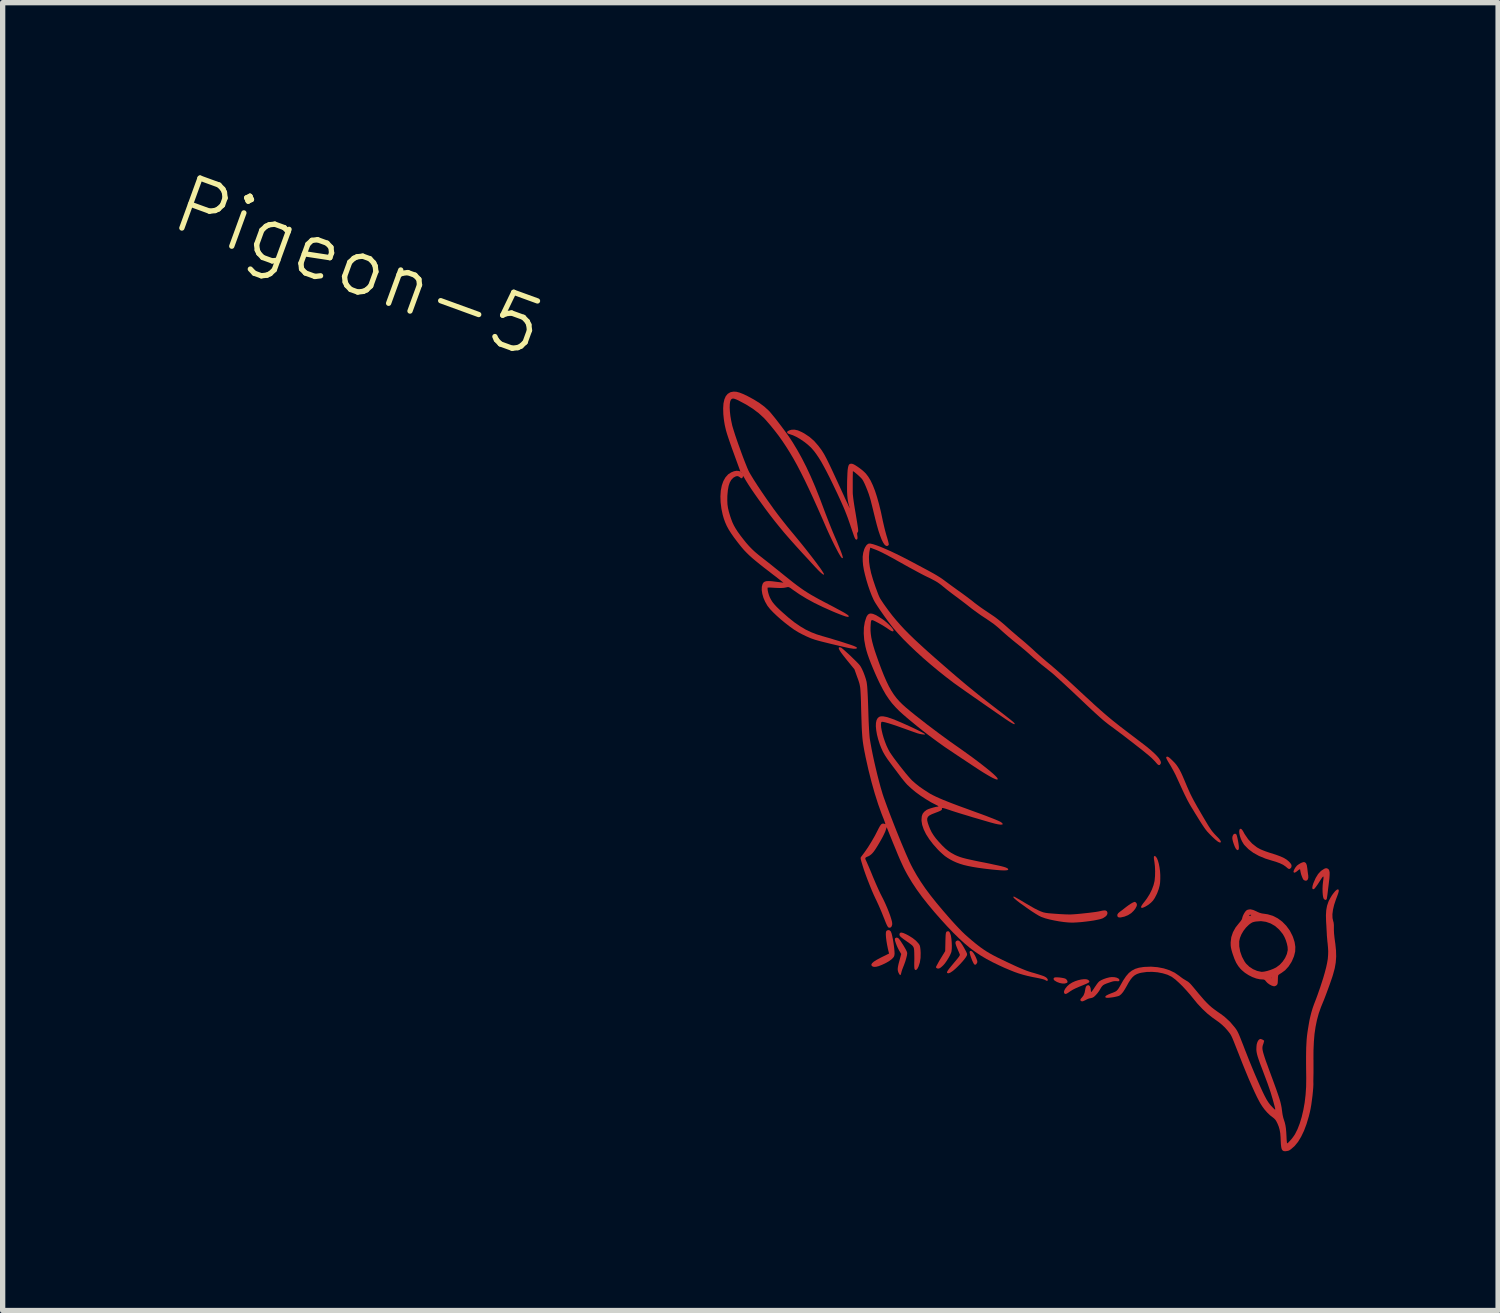
<source format=kicad_pcb>
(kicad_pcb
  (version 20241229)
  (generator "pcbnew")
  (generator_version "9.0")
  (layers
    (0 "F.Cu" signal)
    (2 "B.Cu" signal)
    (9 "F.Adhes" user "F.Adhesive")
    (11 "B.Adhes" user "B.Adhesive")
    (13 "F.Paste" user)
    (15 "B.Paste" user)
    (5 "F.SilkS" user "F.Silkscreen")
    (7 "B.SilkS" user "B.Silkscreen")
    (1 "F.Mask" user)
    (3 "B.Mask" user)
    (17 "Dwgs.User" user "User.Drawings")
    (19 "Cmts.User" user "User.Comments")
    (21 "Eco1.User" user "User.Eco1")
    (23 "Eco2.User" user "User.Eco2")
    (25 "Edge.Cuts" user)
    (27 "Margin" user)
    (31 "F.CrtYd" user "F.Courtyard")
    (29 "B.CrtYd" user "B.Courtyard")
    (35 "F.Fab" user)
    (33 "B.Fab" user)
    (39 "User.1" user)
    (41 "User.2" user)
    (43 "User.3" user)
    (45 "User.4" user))
  (footprint "Pigeon-5"
    (layer "F.Cu")
    (at 15.646 12.13)
    (property "Reference" "Pigeon-5" (at -11.938 -10.16 340) (unlocked yes) (layer "F.SilkS") (effects (font (size 1 1) (thickness 0.1))))
    (attr smd)
    (fp_poly (pts (xy 1.144 3.24) (xy 1.143 3.26) (xy 1.158 3.281) (xy 1.162 3.284) (xy 1.206 3.31) (xy 1.256 3.329) (xy 1.305 3.339) (xy 1.351 3.34) (xy 1.387 3.33) (xy 1.401 3.322) (xy 1.406 3.305) (xy 1.399 3.283) (xy 1.383 3.261) (xy 1.363 3.247) (xy 1.336 3.239) (xy 1.299 3.232) (xy 1.256 3.226) (xy 1.214 3.223) (xy 1.18 3.223) (xy 1.161 3.226)) (stroke (width 0) (type solid)) (fill yes) (layer "F.Cu"))
    (fp_poly (pts (xy -0.437 2.739) (xy -0.438 2.756) (xy -0.431 2.786) (xy -0.42 2.825) (xy -0.405 2.867) (xy -0.389 2.908) (xy -0.372 2.944) (xy -0.358 2.97) (xy -0.347 2.982) (xy -0.346 2.983) (xy -0.328 2.985) (xy -0.316 2.978) (xy -0.302 2.958) (xy -0.301 2.956) (xy -0.294 2.941) (xy -0.293 2.926) (xy -0.297 2.905) (xy -0.31 2.872) (xy -0.314 2.861) (xy -0.338 2.81) (xy -0.363 2.769) (xy -0.387 2.74) (xy -0.409 2.726) (xy -0.427 2.727)) (stroke (width 0) (type solid)) (fill yes) (layer "F.Cu"))
    (fp_poly (pts (xy 4.526 0.537) (xy 4.513 0.564) (xy 4.508 0.6) (xy 4.508 0.6) (xy 4.512 0.631) (xy 4.522 0.672) (xy 4.537 0.716) (xy 4.553 0.758) (xy 4.57 0.793) (xy 4.585 0.814) (xy 4.586 0.815) (xy 4.605 0.828) (xy 4.618 0.825) (xy 4.626 0.816) (xy 4.631 0.8) (xy 4.632 0.774) (xy 4.632 0.769) (xy 4.629 0.736) (xy 4.623 0.694) (xy 4.615 0.649) (xy 4.606 0.605) (xy 4.597 0.567) (xy 4.589 0.541) (xy 4.585 0.533) (xy 4.566 0.519) (xy 4.545 0.521)) (stroke (width 0) (type solid)) (fill yes) (layer "F.Cu"))
    (fp_poly (pts (xy 2.627 1.819) (xy 2.598 1.836) (xy 2.56 1.861) (xy 2.52 1.89) (xy 2.507 1.9) (xy 2.47 1.929) (xy 2.434 1.957) (xy 2.406 1.978) (xy 2.398 1.983) (xy 2.361 2.014) (xy 2.343 2.043) (xy 2.344 2.07) (xy 2.348 2.078) (xy 2.362 2.092) (xy 2.385 2.096) (xy 2.408 2.095) (xy 2.476 2.08) (xy 2.544 2.053) (xy 2.602 2.016) (xy 2.606 2.013) (xy 2.648 1.973) (xy 2.682 1.93) (xy 2.704 1.889) (xy 2.711 1.868) (xy 2.711 1.842) (xy 2.7 1.823) (xy 2.695 1.817) (xy 2.681 1.805) (xy 2.668 1.802) (xy 2.649 1.809)) (stroke (width 0) (type solid)) (fill yes) (layer "F.Cu"))
    (fp_poly (pts (xy 1.493 3.321) (xy 1.445 3.351) (xy 1.438 3.356) (xy 1.399 3.391) (xy 1.368 3.428) (xy 1.347 3.464) (xy 1.338 3.496) (xy 1.342 3.52) (xy 1.353 3.531) (xy 1.365 3.536) (xy 1.377 3.535) (xy 1.395 3.527) (xy 1.421 3.511) (xy 1.458 3.485) (xy 1.505 3.456) (xy 1.569 3.424) (xy 1.65 3.39) (xy 1.711 3.365) (xy 1.756 3.346) (xy 1.786 3.332) (xy 1.805 3.321) (xy 1.815 3.311) (xy 1.817 3.302) (xy 1.813 3.292) (xy 1.811 3.287) (xy 1.791 3.269) (xy 1.758 3.259) (xy 1.713 3.258) (xy 1.661 3.264) (xy 1.605 3.277) (xy 1.548 3.296)) (stroke (width 0) (type solid)) (fill yes) (layer "F.Cu"))
    (fp_poly (pts (xy -0.87 2.362) (xy -0.877 2.368) (xy -0.882 2.38) (xy -0.887 2.401) (xy -0.89 2.433) (xy -0.892 2.478) (xy -0.894 2.541) (xy -0.894 2.551) (xy -0.898 2.729) (xy -0.985 2.872) (xy -1.014 2.92) (xy -1.038 2.964) (xy -1.057 2.999) (xy -1.069 3.022) (xy -1.072 3.03) (xy -1.064 3.047) (xy -1.043 3.057) (xy -1.016 3.057) (xy -1.008 3.054) (xy -0.988 3.043) (xy -0.961 3.021) (xy -0.937 2.999) (xy -0.902 2.959) (xy -0.867 2.909) (xy -0.834 2.856) (xy -0.806 2.804) (xy -0.786 2.758) (xy -0.779 2.732) (xy -0.774 2.683) (xy -0.773 2.622) (xy -0.776 2.556) (xy -0.782 2.492) (xy -0.791 2.438) (xy -0.794 2.427) (xy -0.809 2.385) (xy -0.825 2.361) (xy -0.845 2.354) (xy -0.869 2.362)) (stroke (width 0) (type solid)) (fill yes) (layer "F.Cu"))
    (fp_poly (pts (xy 5.788 1.077) (xy 5.757 1.096) (xy 5.732 1.114) (xy 5.722 1.123) (xy 5.697 1.154) (xy 5.677 1.187) (xy 5.664 1.217) (xy 5.66 1.238) (xy 5.661 1.24) (xy 5.671 1.252) (xy 5.689 1.25) (xy 5.717 1.233) (xy 5.737 1.217) (xy 5.763 1.196) (xy 5.778 1.188) (xy 5.786 1.193) (xy 5.788 1.211) (xy 5.789 1.217) (xy 5.794 1.243) (xy 5.803 1.28) (xy 5.816 1.318) (xy 5.831 1.355) (xy 5.843 1.379) (xy 5.857 1.392) (xy 5.866 1.397) (xy 5.894 1.405) (xy 5.915 1.397) (xy 5.93 1.379) (xy 5.939 1.35) (xy 5.938 1.305) (xy 5.937 1.3) (xy 5.931 1.259) (xy 5.925 1.21) (xy 5.92 1.168) (xy 5.911 1.112) (xy 5.896 1.075) (xy 5.875 1.056) (xy 5.846 1.053) (xy 5.808 1.067)) (stroke (width 0) (type solid)) (fill yes) (layer "F.Cu"))
    (fp_poly (pts (xy -1.998 2.343) (xy -2.009 2.356) (xy -2.015 2.382) (xy -2.016 2.423) (xy -2.012 2.477) (xy -2.004 2.541) (xy -1.992 2.611) (xy -1.977 2.685) (xy -1.97 2.715) (xy -1.955 2.775) (xy -1.992 2.793) (xy -2.017 2.806) (xy -2.054 2.824) (xy -2.097 2.845) (xy -2.12 2.857) (xy -2.191 2.895) (xy -2.243 2.928) (xy -2.275 2.957) (xy -2.289 2.983) (xy -2.283 3.004) (xy -2.272 3.015) (xy -2.242 3.026) (xy -2.202 3.025) (xy -2.15 3.012) (xy -2.085 2.986) (xy -2.033 2.962) (xy -1.959 2.921) (xy -1.905 2.881) (xy -1.87 2.844) (xy -1.86 2.826) (xy -1.854 2.804) (xy -1.851 2.774) (xy -1.853 2.733) (xy -1.858 2.678) (xy -1.859 2.671) (xy -1.87 2.586) (xy -1.882 2.511) (xy -1.895 2.448) (xy -1.907 2.398) (xy -1.92 2.365) (xy -1.924 2.357) (xy -1.947 2.337) (xy -1.974 2.333)) (stroke (width 0) (type solid)) (fill yes) (layer "F.Cu"))
    (fp_poly (pts (xy -1.837 2.484) (xy -1.844 2.493) (xy -1.846 2.509) (xy -1.841 2.539) (xy -1.828 2.579) (xy -1.811 2.624) (xy -1.79 2.671) (xy -1.767 2.715) (xy -1.76 2.727) (xy -1.726 2.784) (xy -1.756 2.895) (xy -1.774 2.96) (xy -1.785 3.01) (xy -1.791 3.048) (xy -1.792 3.078) (xy -1.788 3.104) (xy -1.78 3.129) (xy -1.777 3.136) (xy -1.76 3.168) (xy -1.746 3.18) (xy -1.735 3.174) (xy -1.728 3.149) (xy -1.727 3.147) (xy -1.721 3.121) (xy -1.71 3.084) (xy -1.694 3.043) (xy -1.691 3.035) (xy -1.668 2.976) (xy -1.647 2.917) (xy -1.631 2.861) (xy -1.619 2.813) (xy -1.614 2.776) (xy -1.614 2.761) (xy -1.621 2.738) (xy -1.637 2.705) (xy -1.66 2.664) (xy -1.686 2.62) (xy -1.714 2.576) (xy -1.74 2.536) (xy -1.764 2.504) (xy -1.782 2.485) (xy -1.787 2.481) (xy -1.815 2.474)) (stroke (width 0) (type solid)) (fill yes) (layer "F.Cu"))
    (fp_poly (pts (xy 3.033 0.946) (xy 3.031 0.965) (xy 3.033 0.998) (xy 3.041 1.047) (xy 3.051 1.131) (xy 3.055 1.224) (xy 3.053 1.318) (xy 3.045 1.402) (xy 3.044 1.41) (xy 3.025 1.487) (xy 2.994 1.57) (xy 2.952 1.655) (xy 2.902 1.735) (xy 2.863 1.788) (xy 2.828 1.832) (xy 2.805 1.865) (xy 2.793 1.887) (xy 2.79 1.902) (xy 2.796 1.913) (xy 2.797 1.913) (xy 2.813 1.915) (xy 2.842 1.905) (xy 2.879 1.887) (xy 2.921 1.861) (xy 2.929 1.856) (xy 2.975 1.819) (xy 3.014 1.779) (xy 3.047 1.731) (xy 3.079 1.669) (xy 3.095 1.635) (xy 3.123 1.559) (xy 3.141 1.49) (xy 3.148 1.443) (xy 3.152 1.371) (xy 3.152 1.296) (xy 3.147 1.221) (xy 3.137 1.149) (xy 3.124 1.083) (xy 3.108 1.027) (xy 3.09 0.982) (xy 3.07 0.952) (xy 3.054 0.941) (xy 3.041 0.939)) (stroke (width 0) (type solid)) (fill yes) (layer "F.Cu"))
    (fp_poly (pts (xy -1.756 2.398) (xy -1.759 2.413) (xy -1.758 2.428) (xy -1.752 2.442) (xy -1.738 2.459) (xy -1.714 2.479) (xy -1.679 2.506) (xy -1.629 2.541) (xy -1.621 2.547) (xy -1.571 2.582) (xy -1.535 2.609) (xy -1.51 2.632) (xy -1.495 2.655) (xy -1.487 2.68) (xy -1.483 2.711) (xy -1.481 2.75) (xy -1.48 2.802) (xy -1.479 2.863) (xy -1.48 2.923) (xy -1.481 2.945) (xy -1.481 2.991) (xy -1.48 3.031) (xy -1.477 3.059) (xy -1.474 3.07) (xy -1.459 3.086) (xy -1.441 3.082) (xy -1.421 3.06) (xy -1.4 3.02) (xy -1.399 3.017) (xy -1.375 2.942) (xy -1.362 2.856) (xy -1.36 2.762) (xy -1.363 2.708) (xy -1.368 2.666) (xy -1.373 2.637) (xy -1.38 2.617) (xy -1.392 2.597) (xy -1.405 2.581) (xy -1.449 2.533) (xy -1.509 2.485) (xy -1.58 2.44) (xy -1.635 2.411) (xy -1.685 2.389) (xy -1.72 2.38) (xy -1.743 2.383)) (stroke (width 0) (type solid)) (fill yes) (layer "F.Cu"))
    (fp_poly (pts (xy 4.646 0.437) (xy 4.638 0.467) (xy 4.64 0.51) (xy 4.651 0.561) (xy 4.669 0.615) (xy 4.694 0.668) (xy 4.724 0.717) (xy 4.736 0.732) (xy 4.81 0.808) (xy 4.902 0.877) (xy 5.01 0.937) (xy 5.134 0.988) (xy 5.24 1.021) (xy 5.331 1.048) (xy 5.404 1.075) (xy 5.463 1.103) (xy 5.509 1.134) (xy 5.527 1.149) (xy 5.554 1.172) (xy 5.573 1.182) (xy 5.59 1.181) (xy 5.591 1.18) (xy 5.612 1.164) (xy 5.621 1.146) (xy 5.624 1.12) (xy 5.617 1.095) (xy 5.597 1.067) (xy 5.573 1.042) (xy 5.533 1.008) (xy 5.481 0.976) (xy 5.415 0.946) (xy 5.334 0.916) (xy 5.291 0.902) (xy 5.205 0.875) (xy 5.135 0.851) (xy 5.078 0.829) (xy 5.032 0.809) (xy 4.993 0.788) (xy 4.966 0.771) (xy 4.881 0.704) (xy 4.806 0.622) (xy 4.739 0.524) (xy 4.712 0.474) (xy 4.691 0.442) (xy 4.671 0.426) (xy 4.654 0.428)) (stroke (width 0) (type solid)) (fill yes) (layer "F.Cu"))
    (fp_poly (pts (xy -0.694 2.543) (xy -0.704 2.56) (xy -0.704 2.586) (xy -0.693 2.623) (xy -0.675 2.669) (xy -0.657 2.711) (xy -0.641 2.748) (xy -0.63 2.775) (xy -0.626 2.783) (xy -0.623 2.793) (xy -0.623 2.804) (xy -0.629 2.818) (xy -0.641 2.837) (xy -0.661 2.863) (xy -0.692 2.901) (xy -0.729 2.945) (xy -0.778 3.004) (xy -0.815 3.049) (xy -0.841 3.083) (xy -0.857 3.108) (xy -0.864 3.125) (xy -0.863 3.136) (xy -0.856 3.143) (xy -0.834 3.147) (xy -0.802 3.135) (xy -0.76 3.107) (xy -0.748 3.098) (xy -0.706 3.062) (xy -0.661 3.019) (xy -0.616 2.973) (xy -0.574 2.927) (xy -0.537 2.883) (xy -0.509 2.845) (xy -0.492 2.815) (xy -0.488 2.805) (xy -0.486 2.792) (xy -0.487 2.778) (xy -0.494 2.76) (xy -0.506 2.734) (xy -0.527 2.696) (xy -0.542 2.668) (xy -0.576 2.61) (xy -0.604 2.569) (xy -0.627 2.543) (xy -0.647 2.531) (xy -0.667 2.529) (xy -0.673 2.531)) (stroke (width 0) (type solid)) (fill yes) (layer "F.Cu"))
    (fp_poly (pts (xy 6.236 1.181) (xy 6.177 1.22) (xy 6.124 1.277) (xy 6.078 1.352) (xy 6.037 1.446) (xy 6.033 1.456) (xy 6.019 1.502) (xy 6.014 1.537) (xy 6.019 1.559) (xy 6.031 1.565) (xy 6.049 1.558) (xy 6.063 1.544) (xy 6.085 1.516) (xy 6.111 1.48) (xy 6.136 1.442) (xy 6.17 1.389) (xy 6.195 1.351) (xy 6.212 1.33) (xy 6.222 1.324) (xy 6.226 1.334) (xy 6.225 1.359) (xy 6.22 1.399) (xy 6.217 1.42) (xy 6.21 1.486) (xy 6.207 1.552) (xy 6.208 1.615) (xy 6.212 1.67) (xy 6.219 1.714) (xy 6.229 1.743) (xy 6.233 1.748) (xy 6.253 1.764) (xy 6.273 1.764) (xy 6.286 1.749) (xy 6.286 1.749) (xy 6.289 1.734) (xy 6.294 1.703) (xy 6.3 1.66) (xy 6.306 1.611) (xy 6.308 1.595) (xy 6.315 1.534) (xy 6.323 1.47) (xy 6.33 1.411) (xy 6.336 1.364) (xy 6.336 1.364) (xy 6.341 1.296) (xy 6.341 1.246) (xy 6.333 1.21) (xy 6.319 1.186) (xy 6.302 1.175) (xy 6.279 1.168) (xy 6.256 1.172)) (stroke (width 0) (type solid)) (fill yes) (layer "F.Cu"))
    (fp_poly (pts (xy 2.042 3.275) (xy 2.006 3.297) (xy 1.997 3.304) (xy 1.977 3.326) (xy 1.953 3.358) (xy 1.928 3.395) (xy 1.923 3.401) (xy 1.901 3.436) (xy 1.88 3.466) (xy 1.865 3.486) (xy 1.863 3.489) (xy 1.852 3.5) (xy 1.847 3.493) (xy 1.846 3.482) (xy 1.84 3.427) (xy 1.826 3.391) (xy 1.806 3.373) (xy 1.795 3.371) (xy 1.769 3.378) (xy 1.751 3.401) (xy 1.74 3.442) (xy 1.74 3.447) (xy 1.727 3.512) (xy 1.707 3.563) (xy 1.677 3.602) (xy 1.676 3.603) (xy 1.652 3.631) (xy 1.646 3.652) (xy 1.657 3.667) (xy 1.665 3.672) (xy 1.682 3.676) (xy 1.702 3.671) (xy 1.733 3.657) (xy 1.736 3.656) (xy 1.768 3.639) (xy 1.79 3.629) (xy 1.806 3.623) (xy 1.824 3.618) (xy 1.847 3.614) (xy 1.875 3.606) (xy 1.899 3.593) (xy 1.925 3.57) (xy 1.938 3.557) (xy 1.969 3.522) (xy 1.999 3.481) (xy 2.015 3.455) (xy 2.037 3.417) (xy 2.056 3.391) (xy 2.076 3.371) (xy 2.103 3.355) (xy 2.141 3.339) (xy 2.176 3.327) (xy 2.225 3.31) (xy 2.261 3.299) (xy 2.291 3.295) (xy 2.319 3.295) (xy 2.325 3.295) (xy 2.356 3.297) (xy 2.373 3.294) (xy 2.381 3.285) (xy 2.382 3.283) (xy 2.38 3.262) (xy 2.362 3.244) (xy 2.33 3.229) (xy 2.288 3.22) (xy 2.24 3.218) (xy 2.195 3.223) (xy 2.143 3.236) (xy 2.09 3.254)) (stroke (width 0) (type solid)) (fill yes) (layer "F.Cu"))
    (fp_poly (pts (xy 0.384 1.707) (xy 0.389 1.721) (xy 0.411 1.744) (xy 0.45 1.777) (xy 0.505 1.82) (xy 0.533 1.84) (xy 0.638 1.915) (xy 0.728 1.977) (xy 0.804 2.026) (xy 0.866 2.063) (xy 0.914 2.087) (xy 0.921 2.089) (xy 0.986 2.112) (xy 1.065 2.133) (xy 1.154 2.152) (xy 1.246 2.169) (xy 1.337 2.182) (xy 1.421 2.19) (xy 1.492 2.193) (xy 1.504 2.193) (xy 1.581 2.189) (xy 1.662 2.183) (xy 1.744 2.174) (xy 1.824 2.164) (xy 1.898 2.153) (xy 1.964 2.14) (xy 2.019 2.128) (xy 2.06 2.115) (xy 2.084 2.103) (xy 2.084 2.103) (xy 2.098 2.093) (xy 2.116 2.082) (xy 2.142 2.057) (xy 2.156 2.028) (xy 2.156 2) (xy 2.144 1.976) (xy 2.12 1.964) (xy 2.097 1.963) (xy 2.062 1.967) (xy 2.026 1.975) (xy 1.992 1.982) (xy 1.942 1.991) (xy 1.88 1.999) (xy 1.81 2.008) (xy 1.735 2.016) (xy 1.66 2.024) (xy 1.588 2.031) (xy 1.522 2.036) (xy 1.468 2.039) (xy 1.434 2.039) (xy 1.379 2.038) (xy 1.314 2.035) (xy 1.244 2.031) (xy 1.173 2.026) (xy 1.106 2.021) (xy 1.048 2.016) (xy 1.003 2.01) (xy 0.99 2.008) (xy 0.949 1.999) (xy 0.902 1.982) (xy 0.847 1.957) (xy 0.781 1.924) (xy 0.704 1.88) (xy 0.613 1.827) (xy 0.58 1.807) (xy 0.527 1.775) (xy 0.479 1.747) (xy 0.44 1.725) (xy 0.411 1.709) (xy 0.395 1.702) (xy 0.394 1.702)) (stroke (width 0) (type solid)) (fill yes) (layer "F.Cu"))
    (fp_poly (pts (xy 3.268 -0.928) (xy 3.263 -0.919) (xy 3.266 -0.903) (xy 3.277 -0.878) (xy 3.298 -0.841) (xy 3.328 -0.791) (xy 3.34 -0.772) (xy 3.371 -0.718) (xy 3.405 -0.656) (xy 3.438 -0.592) (xy 3.457 -0.551) (xy 3.504 -0.449) (xy 3.543 -0.363) (xy 3.577 -0.29) (xy 3.606 -0.228) (xy 3.633 -0.174) (xy 3.657 -0.125) (xy 3.681 -0.08) (xy 3.706 -0.035) (xy 3.733 0.011) (xy 3.764 0.061) (xy 3.799 0.119) (xy 3.803 0.126) (xy 3.844 0.192) (xy 3.884 0.257) (xy 3.922 0.317) (xy 3.956 0.369) (xy 3.984 0.41) (xy 4.001 0.434) (xy 4.035 0.477) (xy 4.081 0.526) (xy 4.131 0.576) (xy 4.181 0.623) (xy 4.226 0.66) (xy 4.242 0.671) (xy 4.266 0.683) (xy 4.285 0.684) (xy 4.293 0.675) (xy 4.293 0.668) (xy 4.287 0.653) (xy 4.277 0.637) (xy 4.261 0.616) (xy 4.234 0.587) (xy 4.211 0.564) (xy 4.186 0.538) (xy 4.163 0.513) (xy 4.141 0.487) (xy 4.119 0.459) (xy 4.096 0.426) (xy 4.07 0.387) (xy 4.041 0.34) (xy 4.007 0.283) (xy 3.966 0.214) (xy 3.918 0.132) (xy 3.862 0.035) (xy 3.859 0.031) (xy 3.817 -0.044) (xy 3.781 -0.109) (xy 3.749 -0.17) (xy 3.719 -0.23) (xy 3.69 -0.294) (xy 3.658 -0.366) (xy 3.622 -0.451) (xy 3.612 -0.475) (xy 3.576 -0.56) (xy 3.544 -0.63) (xy 3.514 -0.688) (xy 3.485 -0.736) (xy 3.455 -0.779) (xy 3.421 -0.819) (xy 3.381 -0.859) (xy 3.371 -0.869) (xy 3.335 -0.903) (xy 3.309 -0.923) (xy 3.291 -0.932) (xy 3.279 -0.932)) (stroke (width 0) (type solid)) (fill yes) (layer "F.Cu"))
    (fp_poly (pts (xy -2.356 -3.603) (xy -2.377 -3.571) (xy -2.383 -3.558) (xy -2.412 -3.468) (xy -2.429 -3.365) (xy -2.432 -3.252) (xy -2.423 -3.131) (xy -2.4 -3.005) (xy -2.381 -2.93) (xy -2.361 -2.864) (xy -2.333 -2.784) (xy -2.299 -2.695) (xy -2.26 -2.6) (xy -2.219 -2.504) (xy -2.177 -2.41) (xy -2.136 -2.323) (xy -2.131 -2.313) (xy -2.072 -2.199) (xy -2.016 -2.101) (xy -1.959 -2.016) (xy -1.9 -1.938) (xy -1.835 -1.865) (xy -1.763 -1.792) (xy -1.763 -1.792) (xy -1.696 -1.731) (xy -1.615 -1.661) (xy -1.524 -1.585) (xy -1.425 -1.504) (xy -1.321 -1.421) (xy -1.214 -1.339) (xy -1.108 -1.26) (xy -1.011 -1.189) (xy -0.983 -1.169) (xy -0.953 -1.148) (xy -0.921 -1.125) (xy -0.885 -1.1) (xy -0.843 -1.072) (xy -0.794 -1.039) (xy -0.736 -1) (xy -0.669 -0.955) (xy -0.589 -0.902) (xy -0.497 -0.841) (xy -0.39 -0.77) (xy -0.36 -0.75) (xy -0.261 -0.685) (xy -0.176 -0.631) (xy -0.104 -0.588) (xy -0.045 -0.554) (xy 0 -0.53) (xy 0.046 -0.51) (xy 0.075 -0.501) (xy 0.09 -0.504) (xy 0.09 -0.518) (xy 0.09 -0.518) (xy 0.076 -0.54) (xy 0.047 -0.571) (xy 0.003 -0.612) (xy -0.054 -0.661) (xy -0.123 -0.717) (xy -0.203 -0.78) (xy -0.293 -0.849) (xy -0.392 -0.923) (xy -0.499 -1) (xy -0.612 -1.081) (xy -0.698 -1.141) (xy -0.799 -1.212) (xy -0.906 -1.29) (xy -1.018 -1.372) (xy -1.131 -1.457) (xy -1.244 -1.542) (xy -1.351 -1.626) (xy -1.452 -1.705) (xy -1.543 -1.778) (xy -1.62 -1.843) (xy -1.634 -1.854) (xy -1.702 -1.915) (xy -1.762 -1.975) (xy -1.817 -2.037) (xy -1.867 -2.104) (xy -1.914 -2.177) (xy -1.959 -2.258) (xy -2.004 -2.351) (xy -2.05 -2.456) (xy -2.098 -2.576) (xy -2.144 -2.699) (xy -2.187 -2.82) (xy -2.223 -2.925) (xy -2.251 -3.017) (xy -2.273 -3.099) (xy -2.289 -3.173) (xy -2.299 -3.241) (xy -2.304 -3.305) (xy -2.304 -3.369) (xy -2.301 -3.425) (xy -2.297 -3.468) (xy -2.291 -3.494) (xy -2.279 -3.504) (xy -2.259 -3.501) (xy -2.228 -3.487) (xy -2.223 -3.485) (xy -2.151 -3.447) (xy -2.075 -3.404) (xy -2.004 -3.359) (xy -1.958 -3.327) (xy -1.917 -3.301) (xy -1.889 -3.291) (xy -1.873 -3.296) (xy -1.87 -3.309) (xy -1.877 -3.327) (xy -1.897 -3.354) (xy -1.926 -3.388) (xy -1.963 -3.425) (xy -2.004 -3.462) (xy -2.045 -3.496) (xy -2.078 -3.52) (xy -2.15 -3.567) (xy -2.21 -3.601) (xy -2.259 -3.621) (xy -2.299 -3.628) (xy -2.331 -3.622)) (stroke (width 0) (type solid)) (fill yes) (layer "F.Cu"))
    (fp_poly (pts (xy 4.775 1.962) (xy 4.752 1.986) (xy 4.728 2.023) (xy 4.708 2.064) (xy 4.695 2.104) (xy 4.693 2.117) (xy 4.685 2.135) (xy 4.667 2.163) (xy 4.642 2.194) (xy 4.638 2.198) (xy 4.569 2.285) (xy 4.52 2.374) (xy 4.489 2.466) (xy 4.477 2.563) (xy 4.477 2.589) (xy 4.478 2.628) (xy 4.483 2.665) (xy 4.492 2.705) (xy 4.506 2.754) (xy 4.518 2.791) (xy 4.549 2.878) (xy 4.582 2.95) (xy 4.62 3.011) (xy 4.663 3.064) (xy 4.685 3.086) (xy 4.744 3.136) (xy 4.813 3.181) (xy 4.886 3.218) (xy 4.959 3.245) (xy 5.028 3.26) (xy 5.061 3.262) (xy 5.093 3.264) (xy 5.114 3.27) (xy 5.132 3.286) (xy 5.144 3.302) (xy 5.172 3.331) (xy 5.208 3.357) (xy 5.247 3.378) (xy 5.283 3.39) (xy 5.304 3.391) (xy 5.33 3.381) (xy 5.348 3.367) (xy 5.359 3.348) (xy 5.364 3.318) (xy 5.366 3.272) (xy 5.366 3.269) (xy 5.367 3.23) (xy 5.37 3.199) (xy 5.373 3.187) (xy 5.246 3.233) (xy 5.243 3.239) (xy 5.237 3.236) (xy 5.24 3.23) (xy 5.246 3.233) (xy 5.373 3.187) (xy 5.374 3.181) (xy 5.375 3.18) (xy 5.389 3.169) (xy 5.415 3.152) (xy 5.436 3.139) (xy 5.504 3.089) (xy 5.566 3.021) (xy 5.619 2.94) (xy 5.631 2.918) (xy 5.67 2.826) (xy 5.692 2.737) (xy 5.695 2.649) (xy 5.681 2.558) (xy 5.654 2.474) (xy 5.516 2.524) (xy 5.536 2.588) (xy 5.549 2.649) (xy 5.552 2.701) (xy 5.552 2.71) (xy 5.536 2.783) (xy 5.503 2.857) (xy 5.457 2.926) (xy 5.401 2.987) (xy 5.337 3.034) (xy 5.333 3.037) (xy 5.282 3.062) (xy 5.224 3.085) (xy 5.165 3.103) (xy 5.111 3.115) (xy 5.066 3.12) (xy 5.054 3.119) (xy 4.975 3.102) (xy 4.898 3.069) (xy 4.827 3.022) (xy 4.767 2.964) (xy 4.74 2.927) (xy 4.691 2.836) (xy 4.657 2.739) (xy 4.639 2.64) (xy 4.638 2.544) (xy 4.638 2.544) (xy 4.652 2.482) (xy 4.679 2.415) (xy 4.718 2.348) (xy 4.766 2.286) (xy 4.819 2.234) (xy 4.834 2.222) (xy 4.865 2.2) (xy 4.892 2.186) (xy 4.922 2.178) (xy 4.953 2.172) (xy 5.049 2.165) (xy 5.142 2.178) (xy 5.231 2.209) (xy 5.314 2.257) (xy 5.39 2.324) (xy 5.457 2.406) (xy 5.46 2.41) (xy 5.49 2.463) (xy 5.516 2.524) (xy 5.654 2.474) (xy 5.649 2.461) (xy 5.643 2.445) (xy 5.591 2.343) (xy 5.525 2.253) (xy 5.449 2.175) (xy 5.364 2.112) (xy 5.272 2.065) (xy 5.174 2.036) (xy 5.122 2.028) (xy 5.066 2.02) (xy 5.022 2.008) (xy 4.998 1.998) (xy 4.862 2.048) (xy 4.861 2.056) (xy 4.847 2.064) (xy 4.83 2.067) (xy 4.825 2.061) (xy 4.835 2.048) (xy 4.84 2.045) (xy 4.858 2.045) (xy 4.862 2.048) (xy 4.998 1.998) (xy 4.98 1.99) (xy 4.965 1.982) (xy 4.902 1.954) (xy 4.847 1.942) (xy 4.8 1.949)) (stroke (width 0) (type solid)) (fill yes) (layer "F.Cu"))
    (fp_poly (pts (xy -3.859 -7.063) (xy -3.872 -7.052) (xy -3.875 -7.04) (xy -3.874 -7.036) (xy -3.864 -7.02) (xy -3.838 -7.008) (xy -3.825 -7.004) (xy -3.765 -6.984) (xy -3.697 -6.952) (xy -3.624 -6.909) (xy -3.552 -6.86) (xy -3.485 -6.807) (xy -3.426 -6.753) (xy -3.407 -6.732) (xy -3.365 -6.683) (xy -3.323 -6.626) (xy -3.279 -6.561) (xy -3.233 -6.487) (xy -3.185 -6.4) (xy -3.132 -6.301) (xy -3.074 -6.187) (xy -3.01 -6.056) (xy -2.983 -5.999) (xy -2.931 -5.89) (xy -2.887 -5.795) (xy -2.849 -5.712) (xy -2.816 -5.637) (xy -2.787 -5.568) (xy -2.761 -5.502) (xy -2.735 -5.434) (xy -2.71 -5.363) (xy -2.683 -5.285) (xy -2.68 -5.274) (xy -2.654 -5.199) (xy -2.634 -5.141) (xy -2.619 -5.097) (xy -2.607 -5.065) (xy -2.597 -5.044) (xy -2.59 -5.031) (xy -2.583 -5.024) (xy -2.577 -5.021) (xy -2.561 -5.019) (xy -2.553 -5.031) (xy -2.551 -5.036) (xy -2.549 -5.059) (xy -2.552 -5.091) (xy -2.554 -5.102) (xy -2.557 -5.136) (xy -2.55 -5.155) (xy -2.548 -5.156) (xy -2.543 -5.161) (xy -2.539 -5.17) (xy -2.537 -5.183) (xy -2.537 -5.204) (xy -2.54 -5.233) (xy -2.546 -5.273) (xy -2.554 -5.326) (xy -2.565 -5.393) (xy -2.579 -5.478) (xy -2.587 -5.525) (xy -2.6 -5.602) (xy -2.612 -5.676) (xy -2.622 -5.744) (xy -2.63 -5.803) (xy -2.635 -5.85) (xy -2.638 -5.88) (xy -2.638 -5.882) (xy -2.639 -5.914) (xy -2.639 -5.959) (xy -2.639 -6.011) (xy -2.639 -6.068) (xy -2.639 -6.126) (xy -2.639 -6.181) (xy -2.638 -6.23) (xy -2.637 -6.27) (xy -2.637 -6.297) (xy -2.636 -6.307) (xy -2.627 -6.304) (xy -2.608 -6.291) (xy -2.582 -6.27) (xy -2.551 -6.244) (xy -2.52 -6.216) (xy -2.492 -6.189) (xy -2.47 -6.166) (xy -2.462 -6.157) (xy -2.441 -6.123) (xy -2.416 -6.073) (xy -2.39 -6.013) (xy -2.363 -5.946) (xy -2.337 -5.876) (xy -2.315 -5.806) (xy -2.299 -5.751) (xy -2.288 -5.705) (xy -2.273 -5.646) (xy -2.256 -5.577) (xy -2.238 -5.503) (xy -2.22 -5.431) (xy -2.217 -5.417) (xy -2.185 -5.293) (xy -2.154 -5.185) (xy -2.123 -5.093) (xy -2.094 -5.018) (xy -2.065 -4.961) (xy -2.038 -4.922) (xy -2.013 -4.902) (xy -2.007 -4.9) (xy -1.982 -4.901) (xy -1.964 -4.916) (xy -1.96 -4.927) (xy -1.962 -4.943) (xy -1.969 -4.975) (xy -1.98 -5.016) (xy -1.994 -5.065) (xy -1.999 -5.079) (xy -2.016 -5.139) (xy -2.035 -5.211) (xy -2.053 -5.286) (xy -2.069 -5.356) (xy -2.072 -5.369) (xy -2.108 -5.54) (xy -2.145 -5.691) (xy -2.183 -5.825) (xy -2.221 -5.942) (xy -2.261 -6.043) (xy -2.302 -6.13) (xy -2.346 -6.203) (xy -2.392 -6.263) (xy -2.393 -6.264) (xy -2.425 -6.296) (xy -2.464 -6.33) (xy -2.509 -6.365) (xy -2.554 -6.396) (xy -2.596 -6.423) (xy -2.631 -6.441) (xy -2.655 -6.448) (xy -2.677 -6.448) (xy -2.695 -6.443) (xy -2.709 -6.431) (xy -2.72 -6.409) (xy -2.728 -6.377) (xy -2.735 -6.331) (xy -2.739 -6.272) (xy -2.742 -6.195) (xy -2.745 -6.122) (xy -2.746 -6.017) (xy -2.746 -5.929) (xy -2.742 -5.853) (xy -2.736 -5.787) (xy -2.726 -5.727) (xy -2.712 -5.67) (xy -2.695 -5.614) (xy -2.695 -5.612) (xy -2.703 -5.625) (xy -2.717 -5.654) (xy -2.736 -5.695) (xy -2.761 -5.747) (xy -2.789 -5.808) (xy -2.8 -5.833) (xy -2.864 -5.972) (xy -2.92 -6.094) (xy -2.969 -6.2) (xy -3.012 -6.293) (xy -3.049 -6.372) (xy -3.082 -6.441) (xy -3.111 -6.5) (xy -3.136 -6.55) (xy -3.159 -6.593) (xy -3.179 -6.63) (xy -3.199 -6.662) (xy -3.217 -6.691) (xy -3.236 -6.719) (xy -3.256 -6.745) (xy -3.277 -6.773) (xy -3.285 -6.784) (xy -3.365 -6.876) (xy -3.453 -6.953) (xy -3.554 -7.02) (xy -3.599 -7.044) (xy -3.672 -7.076) (xy -3.736 -7.09) (xy -3.793 -7.088) (xy -3.83 -7.077)) (stroke (width 0) (type solid)) (fill yes) (layer "F.Cu"))
    (fp_poly (pts (xy -2.169 -1.658) (xy -2.189 -1.623) (xy -2.192 -1.613) (xy -2.202 -1.566) (xy -2.204 -1.504) (xy -2.197 -1.43) (xy -2.183 -1.349) (xy -2.161 -1.262) (xy -2.133 -1.174) (xy -2.132 -1.17) (xy -2.102 -1.094) (xy -2.07 -1.024) (xy -2.032 -0.957) (xy -1.986 -0.887) (xy -1.929 -0.809) (xy -1.925 -0.804) (xy -1.888 -0.754) (xy -1.844 -0.696) (xy -1.799 -0.636) (xy -1.76 -0.584) (xy -1.723 -0.535) (xy -1.684 -0.486) (xy -1.647 -0.442) (xy -1.617 -0.408) (xy -1.614 -0.405) (xy -1.541 -0.337) (xy -1.455 -0.265) (xy -1.359 -0.195) (xy -1.258 -0.129) (xy -1.159 -0.07) (xy -1.099 -0.039) (xy -1.059 -0.019) (xy -1.035 -0.006) (xy -1.025 0.002) (xy -1.028 0.006) (xy -1.036 0.008) (xy -1.076 0.014) (xy -1.123 0.026) (xy -1.171 0.04) (xy -1.214 0.055) (xy -1.245 0.069) (xy -1.249 0.071) (xy -1.294 0.106) (xy -1.323 0.144) (xy -1.339 0.19) (xy -1.344 0.248) (xy -1.344 0.275) (xy -1.332 0.352) (xy -1.303 0.437) (xy -1.259 0.527) (xy -1.2 0.62) (xy -1.128 0.714) (xy -1.044 0.809) (xy -1.009 0.845) (xy -0.953 0.897) (xy -0.904 0.939) (xy -0.855 0.973) (xy -0.802 1.005) (xy -0.749 1.033) (xy -0.689 1.06) (xy -0.625 1.084) (xy -0.554 1.106) (xy -0.475 1.125) (xy -0.385 1.143) (xy -0.282 1.16) (xy -0.164 1.176) (xy -0.028 1.192) (xy -0.019 1.193) (xy 0.076 1.202) (xy 0.153 1.208) (xy 0.212 1.21) (xy 0.253 1.208) (xy 0.279 1.203) (xy 0.289 1.193) (xy 0.288 1.187) (xy 0.283 1.178) (xy 0.273 1.17) (xy 0.256 1.161) (xy 0.232 1.151) (xy 0.198 1.141) (xy 0.153 1.129) (xy 0.095 1.116) (xy 0.024 1.101) (xy -0.063 1.082) (xy -0.166 1.061) (xy -0.255 1.044) (xy -0.355 1.023) (xy -0.438 1.005) (xy -0.508 0.989) (xy -0.565 0.974) (xy -0.614 0.959) (xy -0.657 0.943) (xy -0.697 0.926) (xy -0.72 0.915) (xy -0.785 0.879) (xy -0.842 0.841) (xy -0.897 0.796) (xy -0.955 0.74) (xy -0.962 0.732) (xy -1.027 0.662) (xy -1.079 0.601) (xy -1.12 0.544) (xy -1.154 0.489) (xy -1.183 0.43) (xy -1.205 0.375) (xy -1.226 0.314) (xy -1.237 0.267) (xy -1.236 0.23) (xy -1.223 0.2) (xy -1.195 0.175) (xy -1.151 0.152) (xy -1.09 0.128) (xy -1.077 0.123) (xy -1.025 0.103) (xy -0.991 0.088) (xy -0.97 0.075) (xy -0.96 0.063) (xy -0.958 0.049) (xy -0.96 0.042) (xy -0.959 0.035) (xy -0.95 0.034) (xy -0.93 0.037) (xy -0.897 0.046) (xy -0.849 0.062) (xy -0.818 0.072) (xy -0.771 0.088) (xy -0.709 0.108) (xy -0.636 0.131) (xy -0.554 0.156) (xy -0.467 0.182) (xy -0.377 0.21) (xy -0.287 0.236) (xy -0.202 0.261) (xy -0.123 0.284) (xy -0.055 0.304) (xy 0.001 0.319) (xy 0.037 0.329) (xy 0.097 0.342) (xy 0.142 0.348) (xy 0.172 0.347) (xy 0.185 0.34) (xy 0.182 0.327) (xy 0.161 0.307) (xy 0.154 0.302) (xy 0.139 0.293) (xy 0.118 0.283) (xy 0.09 0.27) (xy 0.052 0.254) (xy 0.005 0.235) (xy -0.055 0.212) (xy -0.126 0.184) (xy -0.212 0.152) (xy -0.314 0.115) (xy -0.432 0.072) (xy -0.508 0.044) (xy -0.64 -0.004) (xy -0.754 -0.047) (xy -0.854 -0.086) (xy -0.939 -0.12) (xy -1.013 -0.152) (xy -1.077 -0.181) (xy -1.132 -0.208) (xy -1.181 -0.234) (xy -1.208 -0.251) (xy -1.294 -0.306) (xy -1.379 -0.365) (xy -1.455 -0.425) (xy -1.519 -0.481) (xy -1.526 -0.488) (xy -1.554 -0.518) (xy -1.592 -0.561) (xy -1.637 -0.614) (xy -1.686 -0.675) (xy -1.737 -0.739) (xy -1.788 -0.805) (xy -1.836 -0.868) (xy -1.879 -0.926) (xy -1.914 -0.977) (xy -1.94 -1.015) (xy -1.972 -1.073) (xy -2.003 -1.139) (xy -2.031 -1.21) (xy -2.056 -1.283) (xy -2.077 -1.355) (xy -2.093 -1.423) (xy -2.104 -1.483) (xy -2.108 -1.534) (xy -2.104 -1.571) (xy -2.099 -1.585) (xy -2.087 -1.589) (xy -2.061 -1.586) (xy -2.019 -1.576) (xy -1.961 -1.56) (xy -1.886 -1.536) (xy -1.794 -1.505) (xy -1.685 -1.466) (xy -1.656 -1.456) (xy -1.595 -1.434) (xy -1.537 -1.413) (xy -1.486 -1.395) (xy -1.446 -1.381) (xy -1.421 -1.372) (xy -1.419 -1.372) (xy -1.381 -1.361) (xy -1.343 -1.354) (xy -1.309 -1.35) (xy -1.285 -1.349) (xy -1.277 -1.353) (xy -1.283 -1.361) (xy -1.306 -1.375) (xy -1.343 -1.395) (xy -1.39 -1.419) (xy -1.447 -1.447) (xy -1.51 -1.477) (xy -1.577 -1.508) (xy -1.646 -1.539) (xy -1.715 -1.57) (xy -1.781 -1.598) (xy -1.841 -1.623) (xy -1.894 -1.644) (xy -1.932 -1.657) (xy -2.005 -1.68) (xy -2.063 -1.691) (xy -2.108 -1.692) (xy -2.143 -1.681)) (stroke (width 0) (type solid)) (fill yes) (layer "F.Cu"))
    (fp_poly (pts (xy -2.899 -2.989) (xy -2.903 -2.977) (xy -2.898 -2.958) (xy -2.884 -2.931) (xy -2.86 -2.894) (xy -2.825 -2.847) (xy -2.778 -2.787) (xy -2.746 -2.747) (xy -2.607 -2.577) (xy -2.554 -2.428) (xy -2.54 -2.391) (xy -2.529 -2.359) (xy -2.52 -2.33) (xy -2.512 -2.303) (xy -2.506 -2.274) (xy -2.5 -2.242) (xy -2.496 -2.206) (xy -2.493 -2.163) (xy -2.49 -2.11) (xy -2.487 -2.046) (xy -2.484 -1.97) (xy -2.482 -1.878) (xy -2.479 -1.769) (xy -2.478 -1.729) (xy -2.474 -1.612) (xy -2.471 -1.512) (xy -2.467 -1.426) (xy -2.462 -1.351) (xy -2.457 -1.284) (xy -2.45 -1.221) (xy -2.441 -1.16) (xy -2.431 -1.099) (xy -2.419 -1.033) (xy -2.404 -0.96) (xy -2.399 -0.932) (xy -2.345 -0.69) (xy -2.287 -0.46) (xy -2.226 -0.243) (xy -2.162 -0.041) (xy -2.096 0.143) (xy -2.083 0.176) (xy -2.059 0.236) (xy -2.042 0.281) (xy -2.032 0.311) (xy -2.026 0.329) (xy -2.026 0.337) (xy -2.03 0.338) (xy -2.035 0.335) (xy -2.063 0.327) (xy -2.085 0.331) (xy -2.099 0.339) (xy -2.113 0.354) (xy -2.129 0.378) (xy -2.15 0.416) (xy -2.166 0.448) (xy -2.222 0.557) (xy -2.286 0.668) (xy -2.353 0.776) (xy -2.421 0.874) (xy -2.479 0.951) (xy -2.486 0.961) (xy -2.49 0.971) (xy -2.49 0.986) (xy -2.486 1.008) (xy -2.477 1.041) (xy -2.463 1.087) (xy -2.456 1.111) (xy -2.43 1.193) (xy -2.397 1.287) (xy -2.36 1.386) (xy -2.32 1.487) (xy -2.281 1.584) (xy -2.242 1.673) (xy -2.207 1.748) (xy -2.202 1.757) (xy -2.179 1.807) (xy -2.15 1.87) (xy -2.12 1.939) (xy -2.09 2.01) (xy -2.069 2.063) (xy -2.041 2.132) (xy -2.02 2.186) (xy -2.003 2.225) (xy -1.99 2.252) (xy -1.979 2.27) (xy -1.97 2.281) (xy -1.961 2.286) (xy -1.951 2.289) (xy -1.949 2.289) (xy -1.924 2.284) (xy -1.906 2.263) (xy -1.896 2.229) (xy -1.896 2.203) (xy -1.902 2.166) (xy -1.917 2.114) (xy -1.937 2.052) (xy -1.963 1.983) (xy -1.992 1.911) (xy -2.024 1.838) (xy -2.056 1.769) (xy -2.084 1.714) (xy -2.12 1.643) (xy -2.161 1.555) (xy -2.205 1.456) (xy -2.251 1.348) (xy -2.257 1.334) (xy -2.285 1.265) (xy -2.312 1.2) (xy -2.337 1.141) (xy -2.359 1.091) (xy -2.375 1.054) (xy -2.384 1.035) (xy -2.399 1.002) (xy -2.403 0.981) (xy -2.394 0.966) (xy -2.369 0.953) (xy -2.344 0.943) (xy -2.319 0.929) (xy -2.289 0.906) (xy -2.266 0.883) (xy -2.241 0.853) (xy -2.211 0.81) (xy -2.177 0.756) (xy -2.141 0.696) (xy -2.106 0.635) (xy -2.073 0.575) (xy -2.047 0.521) (xy -2.027 0.478) (xy -2.021 0.461) (xy -2 0.396) (xy -1.88 0.693) (xy -1.831 0.811) (xy -1.789 0.914) (xy -1.751 1.003) (xy -1.716 1.08) (xy -1.684 1.149) (xy -1.653 1.211) (xy -1.622 1.269) (xy -1.596 1.315) (xy -1.52 1.441) (xy -1.433 1.572) (xy -1.334 1.708) (xy -1.221 1.851) (xy -1.094 2.003) (xy -0.981 2.131) (xy -0.858 2.266) (xy -0.744 2.385) (xy -0.636 2.491) (xy -0.533 2.585) (xy -0.432 2.67) (xy -0.33 2.745) (xy -0.227 2.814) (xy -0.12 2.878) (xy -0.006 2.938) (xy 0.105 2.992) (xy 0.218 3.044) (xy 0.318 3.086) (xy 0.407 3.122) (xy 0.49 3.151) (xy 0.57 3.175) (xy 0.651 3.196) (xy 0.737 3.215) (xy 0.762 3.22) (xy 0.831 3.233) (xy 0.883 3.244) (xy 0.922 3.253) (xy 0.951 3.261) (xy 0.972 3.268) (xy 0.989 3.276) (xy 1.002 3.285) (xy 1.02 3.29) (xy 1.029 3.287) (xy 1.035 3.271) (xy 1.026 3.25) (xy 1.005 3.227) (xy 0.981 3.212) (xy 0.958 3.201) (xy 0.919 3.187) (xy 0.87 3.171) (xy 0.814 3.154) (xy 0.774 3.142) (xy 0.724 3.128) (xy 0.677 3.113) (xy 0.631 3.097) (xy 0.581 3.077) (xy 0.525 3.054) (xy 0.46 3.026) (xy 0.384 2.991) (xy 0.292 2.948) (xy 0.29 2.947) (xy 0.183 2.897) (xy 0.092 2.852) (xy 0.014 2.812) (xy -0.055 2.774) (xy -0.117 2.737) (xy -0.175 2.699) (xy -0.232 2.659) (xy -0.291 2.614) (xy -0.339 2.576) (xy -0.405 2.521) (xy -0.466 2.468) (xy -0.526 2.415) (xy -0.585 2.358) (xy -0.645 2.296) (xy -0.71 2.227) (xy -0.781 2.149) (xy -0.86 2.059) (xy -0.943 1.963) (xy -1.066 1.816) (xy -1.176 1.678) (xy -1.273 1.548) (xy -1.358 1.423) (xy -1.435 1.3) (xy -1.504 1.178) (xy -1.538 1.113) (xy -1.566 1.056) (xy -1.599 0.982) (xy -1.638 0.895) (xy -1.679 0.797) (xy -1.724 0.691) (xy -1.77 0.578) (xy -1.817 0.462) (xy -1.863 0.345) (xy -1.908 0.229) (xy -1.951 0.118) (xy -1.99 0.014) (xy -2.025 -0.082) (xy -2.055 -0.165) (xy -2.078 -0.234) (xy -2.083 -0.252) (xy -2.114 -0.356) (xy -2.145 -0.471) (xy -2.176 -0.592) (xy -2.206 -0.717) (xy -2.235 -0.842) (xy -2.261 -0.963) (xy -2.284 -1.077) (xy -2.303 -1.181) (xy -2.318 -1.27) (xy -2.321 -1.298) (xy -2.324 -1.332) (xy -2.328 -1.383) (xy -2.332 -1.448) (xy -2.336 -1.525) (xy -2.34 -1.611) (xy -2.343 -1.702) (xy -2.346 -1.796) (xy -2.347 -1.832) (xy -2.351 -1.949) (xy -2.355 -2.049) (xy -2.359 -2.132) (xy -2.363 -2.2) (xy -2.367 -2.255) (xy -2.372 -2.299) (xy -2.377 -2.333) (xy -2.379 -2.344) (xy -2.394 -2.4) (xy -2.415 -2.463) (xy -2.439 -2.525) (xy -2.465 -2.583) (xy -2.49 -2.629) (xy -2.502 -2.647) (xy -2.519 -2.668) (xy -2.548 -2.699) (xy -2.585 -2.736) (xy -2.628 -2.778) (xy -2.673 -2.822) (xy -2.719 -2.865) (xy -2.763 -2.905) (xy -2.802 -2.94) (xy -2.834 -2.967) (xy -2.855 -2.983) (xy -2.861 -2.986) (xy -2.883 -2.992) (xy -2.898 -2.99)) (stroke (width 0) (type solid)) (fill yes) (layer "F.Cu"))
    (fp_poly (pts (xy -2.378 -4.917) (xy -2.406 -4.875) (xy -2.422 -4.84) (xy -2.442 -4.772) (xy -2.452 -4.698) (xy -2.451 -4.612) (xy -2.444 -4.536) (xy -2.43 -4.451) (xy -2.408 -4.356) (xy -2.381 -4.255) (xy -2.35 -4.153) (xy -2.316 -4.055) (xy -2.281 -3.964) (xy -2.246 -3.886) (xy -2.224 -3.845) (xy -2.199 -3.805) (xy -2.165 -3.753) (xy -2.124 -3.692) (xy -2.077 -3.625) (xy -2.029 -3.557) (xy -1.981 -3.491) (xy -1.935 -3.43) (xy -1.894 -3.377) (xy -1.879 -3.358) (xy -1.792 -3.258) (xy -1.691 -3.149) (xy -1.577 -3.035) (xy -1.452 -2.916) (xy -1.318 -2.794) (xy -1.177 -2.672) (xy -1.032 -2.551) (xy -0.884 -2.433) (xy -0.736 -2.32) (xy -0.701 -2.295) (xy -0.673 -2.275) (xy -0.631 -2.245) (xy -0.577 -2.207) (xy -0.512 -2.161) (xy -0.439 -2.11) (xy -0.359 -2.054) (xy -0.274 -1.995) (xy -0.187 -1.934) (xy -0.099 -1.873) (xy -0.012 -1.813) (xy 0.071 -1.755) (xy 0.15 -1.701) (xy 0.221 -1.652) (xy 0.246 -1.635) (xy 0.305 -1.596) (xy 0.352 -1.567) (xy 0.386 -1.549) (xy 0.406 -1.543) (xy 0.411 -1.549) (xy 0.411 -1.552) (xy 0.407 -1.56) (xy 0.399 -1.569) (xy 0.387 -1.582) (xy 0.367 -1.599) (xy 0.34 -1.622) (xy 0.303 -1.651) (xy 0.256 -1.688) (xy 0.196 -1.735) (xy 0.122 -1.792) (xy 0.094 -1.813) (xy -0.019 -1.9) (xy -0.123 -1.981) (xy -0.221 -2.057) (xy -0.314 -2.132) (xy -0.405 -2.206) (xy -0.497 -2.281) (xy -0.591 -2.36) (xy -0.69 -2.444) (xy -0.795 -2.534) (xy -0.91 -2.634) (xy -1.036 -2.744) (xy -1.099 -2.799) (xy -1.238 -2.922) (xy -1.362 -3.035) (xy -1.474 -3.139) (xy -1.575 -3.237) (xy -1.666 -3.329) (xy -1.749 -3.419) (xy -1.825 -3.506) (xy -1.897 -3.593) (xy -1.965 -3.682) (xy -2.031 -3.773) (xy -2.064 -3.82) (xy -2.089 -3.858) (xy -2.109 -3.888) (xy -2.126 -3.916) (xy -2.14 -3.945) (xy -2.155 -3.979) (xy -2.171 -4.021) (xy -2.191 -4.075) (xy -2.21 -4.126) (xy -2.257 -4.265) (xy -2.293 -4.389) (xy -2.317 -4.501) (xy -2.331 -4.601) (xy -2.334 -4.693) (xy -2.327 -4.777) (xy -2.321 -4.813) (xy -2.309 -4.868) (xy -2.198 -4.826) (xy -2.147 -4.804) (xy -2.08 -4.772) (xy -1.997 -4.729) (xy -1.898 -4.676) (xy -1.782 -4.611) (xy -1.751 -4.594) (xy -1.669 -4.548) (xy -1.585 -4.501) (xy -1.503 -4.457) (xy -1.426 -4.415) (xy -1.357 -4.378) (xy -1.299 -4.348) (xy -1.261 -4.329) (xy -1.188 -4.294) (xy -1.13 -4.264) (xy -1.083 -4.239) (xy -1.043 -4.215) (xy -1.007 -4.19) (xy -0.971 -4.163) (xy -0.932 -4.131) (xy -0.919 -4.121) (xy -0.881 -4.089) (xy -0.831 -4.05) (xy -0.775 -4.007) (xy -0.718 -3.964) (xy -0.688 -3.942) (xy -0.632 -3.9) (xy -0.571 -3.854) (xy -0.512 -3.809) (xy -0.461 -3.769) (xy -0.44 -3.752) (xy -0.395 -3.717) (xy -0.338 -3.675) (xy -0.277 -3.631) (xy -0.216 -3.588) (xy -0.187 -3.569) (xy -0.119 -3.524) (xy -0.064 -3.487) (xy -0.02 -3.456) (xy 0.018 -3.429) (xy 0.052 -3.402) (xy 0.086 -3.374) (xy 0.123 -3.342) (xy 0.166 -3.303) (xy 0.179 -3.291) (xy 0.231 -3.245) (xy 0.292 -3.192) (xy 0.357 -3.138) (xy 0.419 -3.087) (xy 0.447 -3.065) (xy 0.505 -3.018) (xy 0.569 -2.965) (xy 0.632 -2.912) (xy 0.689 -2.862) (xy 0.713 -2.84) (xy 0.762 -2.796) (xy 0.815 -2.751) (xy 0.865 -2.708) (xy 0.908 -2.672) (xy 0.92 -2.662) (xy 0.966 -2.626) (xy 1.019 -2.583) (xy 1.072 -2.541) (xy 1.1 -2.519) (xy 1.125 -2.498) (xy 1.163 -2.465) (xy 1.211 -2.421) (xy 1.269 -2.368) (xy 1.335 -2.308) (xy 1.407 -2.241) (xy 1.483 -2.171) (xy 1.561 -2.097) (xy 1.611 -2.05) (xy 1.704 -1.962) (xy 1.784 -1.886) (xy 1.854 -1.821) (xy 1.913 -1.766) (xy 1.965 -1.719) (xy 2.01 -1.678) (xy 2.05 -1.643) (xy 2.087 -1.611) (xy 2.122 -1.583) (xy 2.157 -1.555) (xy 2.193 -1.527) (xy 2.233 -1.498) (xy 2.277 -1.466) (xy 2.279 -1.464) (xy 2.338 -1.42) (xy 2.405 -1.37) (xy 2.479 -1.314) (xy 2.555 -1.255) (xy 2.632 -1.196) (xy 2.707 -1.137) (xy 2.778 -1.082) (xy 2.841 -1.032) (xy 2.894 -0.988) (xy 2.936 -0.954) (xy 2.946 -0.945) (xy 2.986 -0.91) (xy 3.023 -0.873) (xy 3.054 -0.841) (xy 3.069 -0.823) (xy 3.099 -0.789) (xy 3.123 -0.773) (xy 3.142 -0.776) (xy 3.157 -0.796) (xy 3.158 -0.796) (xy 3.164 -0.816) (xy 3.162 -0.835) (xy 3.151 -0.863) (xy 3.147 -0.869) (xy 3.124 -0.905) (xy 3.085 -0.95) (xy 3.033 -1.002) (xy 2.97 -1.058) (xy 2.898 -1.118) (xy 2.852 -1.154) (xy 2.736 -1.242) (xy 2.634 -1.32) (xy 2.543 -1.389) (xy 2.463 -1.45) (xy 2.39 -1.506) (xy 2.325 -1.558) (xy 2.264 -1.606) (xy 2.207 -1.653) (xy 2.151 -1.7) (xy 2.096 -1.747) (xy 2.038 -1.798) (xy 1.977 -1.852) (xy 1.911 -1.911) (xy 1.839 -1.978) (xy 1.758 -2.052) (xy 1.667 -2.136) (xy 1.564 -2.232) (xy 1.482 -2.308) (xy 1.412 -2.372) (xy 1.341 -2.437) (xy 1.272 -2.499) (xy 1.206 -2.557) (xy 1.147 -2.608) (xy 1.098 -2.651) (xy 1.061 -2.681) (xy 1.008 -2.725) (xy 0.947 -2.777) (xy 0.883 -2.833) (xy 0.822 -2.887) (xy 0.787 -2.919) (xy 0.732 -2.97) (xy 0.671 -3.024) (xy 0.611 -3.077) (xy 0.555 -3.125) (xy 0.523 -3.151) (xy 0.473 -3.193) (xy 0.415 -3.243) (xy 0.353 -3.296) (xy 0.293 -3.349) (xy 0.261 -3.378) (xy 0.208 -3.425) (xy 0.153 -3.471) (xy 0.099 -3.515) (xy 0.052 -3.551) (xy 0.023 -3.572) (xy -0.026 -3.605) (xy -0.084 -3.644) (xy -0.142 -3.683) (xy -0.179 -3.708) (xy -0.231 -3.744) (xy -0.288 -3.786) (xy -0.343 -3.827) (xy -0.375 -3.853) (xy -0.412 -3.882) (xy -0.461 -3.919) (xy -0.518 -3.962) (xy -0.578 -4.006) (xy -0.637 -4.049) (xy -0.64 -4.05) (xy -0.698 -4.092) (xy -0.756 -4.134) (xy -0.811 -4.174) (xy -0.858 -4.209) (xy -0.894 -4.235) (xy -0.896 -4.237) (xy -0.926 -4.259) (xy -0.956 -4.281) (xy -0.987 -4.302) (xy -1.022 -4.324) (xy -1.061 -4.348) (xy -1.107 -4.375) (xy -1.161 -4.405) (xy -1.225 -4.44) (xy -1.3 -4.48) (xy -1.388 -4.527) (xy -1.491 -4.582) (xy -1.58 -4.629) (xy -1.702 -4.692) (xy -1.817 -4.749) (xy -1.926 -4.801) (xy -2.026 -4.845) (xy -2.115 -4.883) (xy -2.193 -4.912) (xy -2.257 -4.933) (xy -2.306 -4.944) (xy -2.315 -4.946) (xy -2.348 -4.941)) (stroke (width 0) (type solid)) (fill yes) (layer "F.Cu"))
    (fp_poly (pts (xy 6.474 1.575) (xy 6.447 1.598) (xy 6.417 1.634) (xy 6.385 1.677) (xy 6.355 1.727) (xy 6.327 1.779) (xy 6.317 1.803) (xy 6.292 1.876) (xy 6.277 1.959) (xy 6.271 2.055) (xy 6.274 2.166) (xy 6.275 2.188) (xy 6.279 2.246) (xy 6.282 2.305) (xy 6.285 2.358) (xy 6.287 2.395) (xy 6.289 2.439) (xy 6.294 2.495) (xy 6.299 2.553) (xy 6.303 2.584) (xy 6.31 2.661) (xy 6.314 2.733) (xy 6.312 2.804) (xy 6.306 2.877) (xy 6.293 2.953) (xy 6.275 3.037) (xy 6.25 3.132) (xy 6.219 3.239) (xy 6.185 3.344) (xy 6.163 3.412) (xy 6.138 3.483) (xy 6.114 3.552) (xy 6.092 3.612) (xy 6.08 3.644) (xy 6.047 3.729) (xy 6.02 3.806) (xy 5.998 3.879) (xy 5.979 3.953) (xy 5.961 4.033) (xy 5.945 4.124) (xy 5.931 4.209) (xy 5.922 4.269) (xy 5.914 4.331) (xy 5.908 4.395) (xy 5.904 4.465) (xy 5.9 4.541) (xy 5.898 4.626) (xy 5.897 4.723) (xy 5.897 4.833) (xy 5.898 4.957) (xy 5.9 5.1) (xy 5.9 5.135) (xy 5.898 5.284) (xy 5.888 5.433) (xy 5.871 5.579) (xy 5.846 5.719) (xy 5.815 5.852) (xy 5.778 5.974) (xy 5.736 6.083) (xy 5.689 6.176) (xy 5.669 6.207) (xy 5.646 6.239) (xy 5.62 6.272) (xy 5.592 6.303) (xy 5.568 6.329) (xy 5.549 6.345) (xy 5.539 6.349) (xy 5.537 6.338) (xy 5.534 6.312) (xy 5.531 6.274) (xy 5.529 6.228) (xy 5.529 6.228) (xy 5.524 6.141) (xy 5.518 6.07) (xy 5.509 6.011) (xy 5.497 5.959) (xy 5.482 5.912) (xy 5.468 5.868) (xy 5.456 5.815) (xy 5.448 5.764) (xy 5.448 5.761) (xy 5.442 5.718) (xy 5.437 5.68) (xy 5.43 5.643) (xy 5.422 5.605) (xy 5.412 5.564) (xy 5.399 5.519) (xy 5.382 5.467) (xy 5.361 5.405) (xy 5.336 5.333) (xy 5.305 5.247) (xy 5.268 5.146) (xy 5.245 5.084) (xy 5.204 4.973) (xy 5.17 4.879) (xy 5.141 4.801) (xy 5.119 4.736) (xy 5.102 4.682) (xy 5.089 4.638) (xy 5.081 4.603) (xy 5.076 4.574) (xy 5.075 4.55) (xy 5.077 4.528) (xy 5.081 4.508) (xy 5.088 4.487) (xy 5.092 4.477) (xy 5.101 4.447) (xy 5.107 4.425) (xy 5.107 4.417) (xy 5.095 4.406) (xy 5.073 4.394) (xy 5.048 4.385) (xy 5.03 4.383) (xy 5.029 4.384) (xy 5.003 4.403) (xy 4.982 4.438) (xy 4.968 4.483) (xy 4.964 4.516) (xy 4.962 4.55) (xy 4.961 4.581) (xy 4.963 4.611) (xy 4.968 4.643) (xy 4.976 4.679) (xy 4.988 4.722) (xy 5.005 4.773) (xy 5.027 4.836) (xy 5.056 4.912) (xy 5.091 5.004) (xy 5.095 5.016) (xy 5.138 5.13) (xy 5.175 5.229) (xy 5.205 5.316) (xy 5.231 5.393) (xy 5.252 5.464) (xy 5.265 5.507) (xy 5.285 5.579) (xy 5.3 5.634) (xy 5.31 5.673) (xy 5.316 5.698) (xy 5.316 5.711) (xy 5.312 5.714) (xy 5.303 5.708) (xy 5.29 5.695) (xy 5.272 5.677) (xy 5.271 5.676) (xy 5.226 5.628) (xy 5.188 5.578) (xy 5.152 5.521) (xy 5.115 5.451) (xy 5.114 5.449) (xy 5.075 5.369) (xy 5.032 5.274) (xy 4.984 5.165) (xy 4.932 5.045) (xy 4.879 4.918) (xy 4.825 4.786) (xy 4.772 4.651) (xy 4.748 4.591) (xy 4.714 4.502) (xy 4.685 4.429) (xy 4.662 4.37) (xy 4.643 4.323) (xy 4.627 4.286) (xy 4.613 4.257) (xy 4.601 4.234) (xy 4.589 4.214) (xy 4.577 4.196) (xy 4.563 4.177) (xy 4.558 4.17) (xy 4.464 4.059) (xy 4.359 3.963) (xy 4.286 3.909) (xy 4.222 3.865) (xy 4.167 3.825) (xy 4.118 3.787) (xy 4.074 3.748) (xy 4.03 3.705) (xy 3.983 3.656) (xy 3.932 3.597) (xy 3.872 3.527) (xy 3.849 3.499) (xy 3.801 3.441) (xy 3.764 3.397) (xy 3.735 3.363) (xy 3.712 3.338) (xy 3.692 3.32) (xy 3.674 3.305) (xy 3.654 3.293) (xy 3.632 3.28) (xy 3.623 3.274) (xy 3.584 3.251) (xy 3.541 3.22) (xy 3.506 3.193) (xy 3.423 3.136) (xy 3.325 3.089) (xy 3.216 3.054) (xy 3.1 3.032) (xy 2.978 3.022) (xy 2.853 3.027) (xy 2.833 3.029) (xy 2.75 3.042) (xy 2.678 3.064) (xy 2.616 3.097) (xy 2.559 3.142) (xy 2.507 3.202) (xy 2.456 3.278) (xy 2.426 3.33) (xy 2.395 3.385) (xy 2.371 3.426) (xy 2.35 3.455) (xy 2.33 3.476) (xy 2.306 3.492) (xy 2.277 3.505) (xy 2.239 3.52) (xy 2.232 3.522) (xy 2.175 3.545) (xy 2.137 3.565) (xy 2.118 3.582) (xy 2.118 3.597) (xy 2.127 3.605) (xy 2.146 3.609) (xy 2.178 3.608) (xy 2.219 3.604) (xy 2.265 3.598) (xy 2.31 3.589) (xy 2.348 3.58) (xy 2.376 3.571) (xy 2.382 3.568) (xy 2.416 3.541) (xy 2.451 3.5) (xy 2.487 3.444) (xy 2.517 3.392) (xy 2.558 3.318) (xy 2.596 3.26) (xy 2.633 3.216) (xy 2.672 3.183) (xy 2.715 3.16) (xy 2.765 3.143) (xy 2.797 3.136) (xy 2.896 3.122) (xy 2.998 3.12) (xy 3.1 3.128) (xy 3.198 3.147) (xy 3.287 3.174) (xy 3.363 3.211) (xy 3.381 3.223) (xy 3.439 3.267) (xy 3.503 3.325) (xy 3.573 3.393) (xy 3.644 3.47) (xy 3.715 3.551) (xy 3.752 3.597) (xy 3.85 3.717) (xy 3.946 3.819) (xy 4.04 3.907) (xy 4.136 3.983) (xy 4.173 4.009) (xy 4.25 4.064) (xy 4.314 4.116) (xy 4.369 4.168) (xy 4.42 4.226) (xy 4.439 4.25) (xy 4.453 4.268) (xy 4.466 4.285) (xy 4.477 4.303) (xy 4.488 4.323) (xy 4.501 4.349) (xy 4.515 4.381) (xy 4.532 4.422) (xy 4.553 4.475) (xy 4.579 4.541) (xy 4.611 4.622) (xy 4.627 4.662) (xy 4.694 4.833) (xy 4.758 4.991) (xy 4.818 5.136) (xy 4.875 5.266) (xy 4.927 5.381) (xy 4.974 5.48) (xy 5.017 5.562) (xy 5.034 5.593) (xy 5.074 5.656) (xy 5.121 5.719) (xy 5.171 5.775) (xy 5.219 5.821) (xy 5.236 5.834) (xy 5.275 5.864) (xy 5.303 5.888) (xy 5.323 5.911) (xy 5.339 5.937) (xy 5.357 5.973) (xy 5.358 5.975) (xy 5.382 6.033) (xy 5.399 6.093) (xy 5.411 6.159) (xy 5.417 6.236) (xy 5.419 6.292) (xy 5.423 6.364) (xy 5.429 6.418) (xy 5.438 6.456) (xy 5.453 6.481) (xy 5.474 6.494) (xy 5.501 6.498) (xy 5.521 6.496) (xy 5.548 6.492) (xy 5.568 6.487) (xy 5.586 6.478) (xy 5.611 6.461) (xy 5.617 6.456) (xy 5.683 6.398) (xy 5.746 6.321) (xy 5.804 6.225) (xy 5.858 6.113) (xy 5.906 5.985) (xy 5.949 5.841) (xy 5.97 5.757) (xy 5.983 5.694) (xy 5.996 5.618) (xy 6.007 5.537) (xy 6.018 5.453) (xy 6.026 5.373) (xy 6.032 5.301) (xy 6.035 5.242) (xy 6.035 5.23) (xy 6.034 5.176) (xy 6.035 5.118) (xy 6.036 5.066) (xy 6.036 5.062) (xy 6.037 5.027) (xy 6.037 4.977) (xy 6.037 4.916) (xy 6.037 4.849) (xy 6.037 4.78) (xy 6.036 4.772) (xy 6.037 4.596) (xy 6.044 4.436) (xy 6.056 4.29) (xy 6.076 4.155) (xy 6.102 4.028) (xy 6.135 3.906) (xy 6.177 3.786) (xy 6.212 3.7) (xy 6.233 3.65) (xy 6.258 3.585) (xy 6.286 3.511) (xy 6.315 3.432) (xy 6.344 3.352) (xy 6.37 3.277) (xy 6.393 3.21) (xy 6.406 3.167) (xy 6.437 3.053) (xy 6.456 2.943) (xy 6.464 2.833) (xy 6.461 2.717) (xy 6.448 2.59) (xy 6.443 2.557) (xy 6.432 2.474) (xy 6.424 2.397) (xy 6.421 2.333) (xy 6.421 2.299) (xy 6.421 2.238) (xy 6.416 2.191) (xy 6.408 2.164) (xy 6.395 2.107) (xy 6.393 2.035) (xy 6.404 1.951) (xy 6.426 1.857) (xy 6.46 1.755) (xy 6.478 1.708) (xy 6.499 1.651) (xy 6.511 1.61) (xy 6.513 1.583) (xy 6.505 1.569) (xy 6.495 1.566)) (stroke (width 0) (type solid)) (fill yes) (layer "F.Cu"))
    (fp_poly (pts (xy -4.993 -7.764) (xy -5.03 -7.72) (xy -5.056 -7.66) (xy -5.073 -7.583) (xy -5.079 -7.49) (xy -5.076 -7.381) (xy -5.073 -7.352) (xy -5.067 -7.292) (xy -5.059 -7.237) (xy -5.05 -7.183) (xy -5.038 -7.128) (xy -5.024 -7.07) (xy -5.005 -7.006) (xy -4.981 -6.933) (xy -4.952 -6.848) (xy -4.918 -6.75) (xy -4.886 -6.662) (xy -4.755 -6.302) (xy -4.788 -6.312) (xy -4.829 -6.315) (xy -4.877 -6.306) (xy -4.928 -6.285) (xy -4.975 -6.255) (xy -4.986 -6.247) (xy -5.036 -6.191) (xy -5.076 -6.12) (xy -5.105 -6.036) (xy -5.124 -5.94) (xy -5.131 -5.834) (xy -5.127 -5.721) (xy -5.112 -5.601) (xy -5.087 -5.484) (xy -5.066 -5.412) (xy -5.041 -5.344) (xy -5.012 -5.278) (xy -4.976 -5.211) (xy -4.931 -5.14) (xy -4.877 -5.062) (xy -4.811 -4.975) (xy -4.775 -4.929) (xy -4.731 -4.874) (xy -4.687 -4.823) (xy -4.641 -4.775) (xy -4.591 -4.726) (xy -4.535 -4.675) (xy -4.471 -4.621) (xy -4.396 -4.56) (xy -4.309 -4.491) (xy -4.254 -4.449) (xy -4.192 -4.401) (xy -4.134 -4.356) (xy -4.081 -4.316) (xy -4.037 -4.281) (xy -4.003 -4.255) (xy -3.982 -4.238) (xy -3.978 -4.235) (xy -3.944 -4.208) (xy -4.094 -4.227) (xy -4.166 -4.236) (xy -4.221 -4.239) (xy -4.263 -4.237) (xy -4.293 -4.229) (xy -4.315 -4.216) (xy -4.331 -4.195) (xy -4.337 -4.183) (xy -4.351 -4.132) (xy -4.353 -4.069) (xy -4.342 -3.998) (xy -4.321 -3.924) (xy -4.289 -3.85) (xy -4.248 -3.778) (xy -4.237 -3.763) (xy -4.195 -3.71) (xy -4.138 -3.65) (xy -4.07 -3.585) (xy -3.994 -3.517) (xy -3.911 -3.449) (xy -3.826 -3.383) (xy -3.741 -3.322) (xy -3.734 -3.318) (xy -3.668 -3.277) (xy -3.591 -3.236) (xy -3.508 -3.196) (xy -3.428 -3.161) (xy -3.356 -3.136) (xy -3.354 -3.135) (xy -3.316 -3.124) (xy -3.262 -3.109) (xy -3.196 -3.092) (xy -3.122 -3.074) (xy -3.042 -3.054) (xy -2.962 -3.035) (xy -2.884 -3.017) (xy -2.813 -3) (xy -2.751 -2.986) (xy -2.703 -2.976) (xy -2.684 -2.973) (xy -2.629 -2.965) (xy -2.589 -2.964) (xy -2.566 -2.969) (xy -2.559 -2.981) (xy -2.56 -2.983) (xy -2.571 -2.994) (xy -2.596 -3.007) (xy -2.629 -3.021) (xy -2.68 -3.039) (xy -2.745 -3.06) (xy -2.821 -3.085) (xy -2.903 -3.111) (xy -2.987 -3.136) (xy -3.067 -3.161) (xy -3.141 -3.182) (xy -3.203 -3.2) (xy -3.204 -3.2) (xy -3.317 -3.235) (xy -3.425 -3.277) (xy -3.529 -3.327) (xy -3.631 -3.388) (xy -3.736 -3.46) (xy -3.844 -3.546) (xy -3.958 -3.646) (xy -4.011 -3.694) (xy -4.07 -3.751) (xy -4.115 -3.8) (xy -4.151 -3.845) (xy -4.178 -3.889) (xy -4.202 -3.935) (xy -4.202 -3.936) (xy -4.217 -3.975) (xy -4.23 -4.018) (xy -4.239 -4.058) (xy -4.243 -4.091) (xy -4.242 -4.112) (xy -4.24 -4.115) (xy -4.229 -4.116) (xy -4.202 -4.117) (xy -4.165 -4.115) (xy -4.132 -4.113) (xy -4.053 -4.109) (xy -3.989 -4.108) (xy -3.938 -4.111) (xy -3.897 -4.118) (xy -3.885 -4.121) (xy -3.865 -4.125) (xy -3.849 -4.125) (xy -3.832 -4.119) (xy -3.808 -4.105) (xy -3.775 -4.081) (xy -3.763 -4.072) (xy -3.639 -3.987) (xy -3.505 -3.905) (xy -3.358 -3.825) (xy -3.197 -3.747) (xy -3.019 -3.668) (xy -2.962 -3.644) (xy -2.885 -3.613) (xy -2.824 -3.59) (xy -2.778 -3.574) (xy -2.746 -3.566) (xy -2.725 -3.565) (xy -2.714 -3.571) (xy -2.714 -3.572) (xy -2.714 -3.58) (xy -2.722 -3.591) (xy -2.74 -3.605) (xy -2.768 -3.624) (xy -2.808 -3.648) (xy -2.862 -3.678) (xy -2.93 -3.714) (xy -3.013 -3.759) (xy -3.059 -3.783) (xy -3.17 -3.841) (xy -3.265 -3.891) (xy -3.348 -3.937) (xy -3.422 -3.979) (xy -3.489 -4.02) (xy -3.553 -4.061) (xy -3.615 -4.104) (xy -3.68 -4.151) (xy -3.75 -4.204) (xy -3.827 -4.265) (xy -3.915 -4.335) (xy -3.963 -4.374) (xy -4.03 -4.428) (xy -4.099 -4.483) (xy -4.167 -4.538) (xy -4.23 -4.588) (xy -4.285 -4.631) (xy -4.328 -4.664) (xy -4.328 -4.665) (xy -4.409 -4.728) (xy -4.478 -4.786) (xy -4.537 -4.841) (xy -4.591 -4.897) (xy -4.645 -4.958) (xy -4.694 -5.019) (xy -4.755 -5.098) (xy -4.804 -5.166) (xy -4.844 -5.228) (xy -4.877 -5.286) (xy -4.905 -5.345) (xy -4.929 -5.409) (xy -4.946 -5.459) (xy -4.971 -5.542) (xy -4.988 -5.614) (xy -4.998 -5.683) (xy -5.001 -5.755) (xy -5 -5.838) (xy -4.999 -5.856) (xy -4.99 -5.952) (xy -4.976 -6.03) (xy -4.955 -6.093) (xy -4.927 -6.143) (xy -4.891 -6.181) (xy -4.877 -6.191) (xy -4.837 -6.212) (xy -4.802 -6.215) (xy -4.771 -6.198) (xy -4.765 -6.193) (xy -4.741 -6.175) (xy -4.723 -6.175) (xy -4.711 -6.193) (xy -4.709 -6.2) (xy -4.705 -6.213) (xy -4.699 -6.213) (xy -4.69 -6.199) (xy -4.68 -6.181) (xy -4.648 -6.126) (xy -4.605 -6.057) (xy -4.55 -5.973) (xy -4.484 -5.877) (xy -4.407 -5.768) (xy -4.375 -5.724) (xy -4.284 -5.598) (xy -4.196 -5.481) (xy -4.109 -5.369) (xy -4.021 -5.26) (xy -3.93 -5.15) (xy -3.832 -5.037) (xy -3.725 -4.917) (xy -3.608 -4.788) (xy -3.576 -4.753) (xy -3.523 -4.696) (xy -3.472 -4.641) (xy -3.426 -4.59) (xy -3.386 -4.547) (xy -3.355 -4.513) (xy -3.335 -4.491) (xy -3.332 -4.489) (xy -3.287 -4.441) (xy -3.248 -4.403) (xy -3.216 -4.376) (xy -3.194 -4.361) (xy -3.182 -4.359) (xy -3.181 -4.37) (xy -3.182 -4.375) (xy -3.194 -4.396) (xy -3.216 -4.431) (xy -3.248 -4.478) (xy -3.289 -4.534) (xy -3.337 -4.599) (xy -3.391 -4.67) (xy -3.45 -4.746) (xy -3.511 -4.824) (xy -3.574 -4.903) (xy -3.638 -4.982) (xy -3.7 -5.057) (xy -3.707 -5.066) (xy -3.796 -5.173) (xy -3.874 -5.268) (xy -3.943 -5.355) (xy -4.007 -5.436) (xy -4.068 -5.516) (xy -4.128 -5.597) (xy -4.189 -5.683) (xy -4.251 -5.77) (xy -4.348 -5.911) (xy -4.432 -6.037) (xy -4.504 -6.149) (xy -4.563 -6.246) (xy -4.589 -6.291) (xy -4.604 -6.321) (xy -4.61 -6.336) (xy -4.735 -6.29) (xy -4.738 -6.284) (xy -4.744 -6.287) (xy -4.741 -6.293) (xy -4.735 -6.29) (xy -4.61 -6.336) (xy -4.624 -6.367) (xy -4.648 -6.427) (xy -4.676 -6.497) (xy -4.706 -6.575) (xy -4.737 -6.659) (xy -4.768 -6.745) (xy -4.799 -6.831) (xy -4.828 -6.914) (xy -4.854 -6.991) (xy -4.876 -7.061) (xy -4.894 -7.119) (xy -4.907 -7.163) (xy -4.908 -7.167) (xy -4.928 -7.26) (xy -4.943 -7.349) (xy -4.952 -7.432) (xy -4.956 -7.506) (xy -4.954 -7.57) (xy -4.947 -7.619) (xy -4.933 -7.653) (xy -4.932 -7.655) (xy -4.915 -7.67) (xy -4.893 -7.676) (xy -4.863 -7.67) (xy -4.822 -7.654) (xy -4.792 -7.64) (xy -4.647 -7.563) (xy -4.52 -7.483) (xy -4.409 -7.399) (xy -4.311 -7.309) (xy -4.267 -7.261) (xy -4.186 -7.167) (xy -4.109 -7.072) (xy -4.035 -6.976) (xy -3.964 -6.876) (xy -3.894 -6.771) (xy -3.825 -6.661) (xy -3.755 -6.543) (xy -3.685 -6.417) (xy -3.614 -6.28) (xy -3.54 -6.132) (xy -3.463 -5.971) (xy -3.382 -5.796) (xy -3.296 -5.605) (xy -3.204 -5.397) (xy -3.18 -5.341) (xy -3.125 -5.215) (xy -3.074 -5.103) (xy -3.026 -5.002) (xy -2.979 -4.906) (xy -2.93 -4.812) (xy -2.91 -4.774) (xy -2.881 -4.724) (xy -2.859 -4.69) (xy -2.843 -4.673) (xy -2.831 -4.67) (xy -2.825 -4.674) (xy -2.826 -4.687) (xy -2.834 -4.718) (xy -2.849 -4.763) (xy -2.872 -4.823) (xy -2.901 -4.895) (xy -2.935 -4.979) (xy -2.976 -5.072) (xy -2.984 -5.091) (xy -3.013 -5.159) (xy -3.046 -5.24) (xy -3.082 -5.33) (xy -3.118 -5.423) (xy -3.153 -5.513) (xy -3.178 -5.58) (xy -3.263 -5.806) (xy -3.346 -6.014) (xy -3.429 -6.207) (xy -3.512 -6.385) (xy -3.596 -6.55) (xy -3.682 -6.705) (xy -3.77 -6.851) (xy -3.81 -6.912) (xy -3.844 -6.963) (xy -3.886 -7.022) (xy -3.933 -7.086) (xy -3.984 -7.154) (xy -4.035 -7.221) (xy -4.085 -7.286) (xy -4.132 -7.344) (xy -4.173 -7.394) (xy -4.206 -7.433) (xy -4.223 -7.45) (xy -4.301 -7.521) (xy -4.396 -7.592) (xy -4.504 -7.659) (xy -4.621 -7.722) (xy -4.703 -7.761) (xy -4.772 -7.788) (xy -4.83 -7.803) (xy -4.88 -7.806) (xy -4.928 -7.798) (xy -4.947 -7.792)) (stroke (width 0) (type solid)) (fill yes) (layer "F.Cu"))
    (fp_poly (pts (xy 1.144 3.24) (xy 1.143 3.26) (xy 1.158 3.281) (xy 1.162 3.284) (xy 1.206 3.31) (xy 1.256 3.329) (xy 1.305 3.339) (xy 1.351 3.34) (xy 1.387 3.33) (xy 1.401 3.322) (xy 1.406 3.305) (xy 1.399 3.283) (xy 1.383 3.261) (xy 1.363 3.247) (xy 1.336 3.239) (xy 1.299 3.232) (xy 1.256 3.226) (xy 1.214 3.223) (xy 1.18 3.223) (xy 1.161 3.226)) (stroke (width 0) (type solid)) (fill yes) (layer "F.Mask"))
    (fp_poly (pts (xy -0.437 2.739) (xy -0.438 2.756) (xy -0.431 2.786) (xy -0.42 2.825) (xy -0.405 2.867) (xy -0.389 2.908) (xy -0.372 2.944) (xy -0.358 2.97) (xy -0.347 2.982) (xy -0.346 2.983) (xy -0.328 2.985) (xy -0.316 2.978) (xy -0.302 2.958) (xy -0.301 2.956) (xy -0.294 2.941) (xy -0.293 2.926) (xy -0.297 2.905) (xy -0.31 2.872) (xy -0.314 2.861) (xy -0.338 2.81) (xy -0.363 2.769) (xy -0.387 2.74) (xy -0.409 2.726) (xy -0.427 2.727)) (stroke (width 0) (type solid)) (fill yes) (layer "F.Mask"))
    (fp_poly (pts (xy 4.526 0.537) (xy 4.513 0.564) (xy 4.508 0.6) (xy 4.508 0.6) (xy 4.512 0.631) (xy 4.522 0.672) (xy 4.537 0.716) (xy 4.553 0.758) (xy 4.57 0.793) (xy 4.585 0.814) (xy 4.586 0.815) (xy 4.605 0.828) (xy 4.618 0.825) (xy 4.626 0.816) (xy 4.631 0.8) (xy 4.632 0.774) (xy 4.632 0.769) (xy 4.629 0.736) (xy 4.623 0.694) (xy 4.615 0.649) (xy 4.606 0.605) (xy 4.597 0.567) (xy 4.589 0.541) (xy 4.585 0.533) (xy 4.566 0.519) (xy 4.545 0.521)) (stroke (width 0) (type solid)) (fill yes) (layer "F.Mask"))
    (fp_poly (pts (xy 2.627 1.819) (xy 2.598 1.836) (xy 2.56 1.861) (xy 2.52 1.89) (xy 2.507 1.9) (xy 2.47 1.929) (xy 2.434 1.957) (xy 2.406 1.978) (xy 2.398 1.983) (xy 2.361 2.014) (xy 2.343 2.043) (xy 2.344 2.07) (xy 2.348 2.078) (xy 2.362 2.092) (xy 2.385 2.096) (xy 2.408 2.095) (xy 2.476 2.08) (xy 2.544 2.053) (xy 2.602 2.016) (xy 2.606 2.013) (xy 2.648 1.973) (xy 2.682 1.93) (xy 2.704 1.889) (xy 2.711 1.868) (xy 2.711 1.842) (xy 2.7 1.823) (xy 2.695 1.817) (xy 2.681 1.805) (xy 2.668 1.802) (xy 2.649 1.809)) (stroke (width 0) (type solid)) (fill yes) (layer "F.Mask"))
    (fp_poly (pts (xy 1.493 3.321) (xy 1.445 3.351) (xy 1.438 3.356) (xy 1.399 3.391) (xy 1.368 3.428) (xy 1.347 3.464) (xy 1.338 3.496) (xy 1.342 3.52) (xy 1.353 3.531) (xy 1.365 3.536) (xy 1.377 3.535) (xy 1.395 3.527) (xy 1.421 3.511) (xy 1.458 3.485) (xy 1.505 3.456) (xy 1.569 3.424) (xy 1.65 3.39) (xy 1.711 3.365) (xy 1.756 3.346) (xy 1.786 3.332) (xy 1.805 3.321) (xy 1.815 3.311) (xy 1.817 3.302) (xy 1.813 3.292) (xy 1.811 3.287) (xy 1.791 3.269) (xy 1.758 3.259) (xy 1.713 3.258) (xy 1.661 3.264) (xy 1.605 3.277) (xy 1.548 3.296)) (stroke (width 0) (type solid)) (fill yes) (layer "F.Mask"))
    (fp_poly (pts (xy -0.87 2.362) (xy -0.877 2.368) (xy -0.882 2.38) (xy -0.887 2.401) (xy -0.89 2.433) (xy -0.892 2.478) (xy -0.894 2.541) (xy -0.894 2.551) (xy -0.898 2.729) (xy -0.985 2.872) (xy -1.014 2.92) (xy -1.038 2.964) (xy -1.057 2.999) (xy -1.069 3.022) (xy -1.072 3.03) (xy -1.064 3.047) (xy -1.043 3.057) (xy -1.016 3.057) (xy -1.008 3.054) (xy -0.988 3.043) (xy -0.961 3.021) (xy -0.937 2.999) (xy -0.902 2.959) (xy -0.867 2.909) (xy -0.834 2.856) (xy -0.806 2.804) (xy -0.786 2.758) (xy -0.779 2.732) (xy -0.774 2.683) (xy -0.773 2.622) (xy -0.776 2.556) (xy -0.782 2.492) (xy -0.791 2.438) (xy -0.794 2.427) (xy -0.809 2.385) (xy -0.825 2.361) (xy -0.845 2.354) (xy -0.869 2.362)) (stroke (width 0) (type solid)) (fill yes) (layer "F.Mask"))
    (fp_poly (pts (xy 5.788 1.077) (xy 5.757 1.096) (xy 5.732 1.114) (xy 5.722 1.123) (xy 5.697 1.154) (xy 5.677 1.187) (xy 5.664 1.217) (xy 5.66 1.238) (xy 5.661 1.24) (xy 5.671 1.252) (xy 5.689 1.25) (xy 5.717 1.233) (xy 5.737 1.217) (xy 5.763 1.196) (xy 5.778 1.188) (xy 5.786 1.193) (xy 5.788 1.211) (xy 5.789 1.217) (xy 5.794 1.243) (xy 5.803 1.28) (xy 5.816 1.318) (xy 5.831 1.355) (xy 5.843 1.379) (xy 5.857 1.392) (xy 5.866 1.397) (xy 5.894 1.405) (xy 5.915 1.397) (xy 5.93 1.379) (xy 5.939 1.35) (xy 5.938 1.305) (xy 5.937 1.3) (xy 5.931 1.259) (xy 5.925 1.21) (xy 5.92 1.168) (xy 5.911 1.112) (xy 5.896 1.075) (xy 5.875 1.056) (xy 5.846 1.053) (xy 5.808 1.067)) (stroke (width 0) (type solid)) (fill yes) (layer "F.Mask"))
    (fp_poly (pts (xy -1.998 2.343) (xy -2.009 2.356) (xy -2.015 2.382) (xy -2.016 2.423) (xy -2.012 2.477) (xy -2.004 2.541) (xy -1.992 2.611) (xy -1.977 2.685) (xy -1.97 2.715) (xy -1.955 2.775) (xy -1.992 2.793) (xy -2.017 2.806) (xy -2.054 2.824) (xy -2.097 2.845) (xy -2.12 2.857) (xy -2.191 2.895) (xy -2.243 2.928) (xy -2.275 2.957) (xy -2.289 2.983) (xy -2.283 3.004) (xy -2.272 3.015) (xy -2.242 3.026) (xy -2.202 3.025) (xy -2.15 3.012) (xy -2.085 2.986) (xy -2.033 2.962) (xy -1.959 2.921) (xy -1.905 2.881) (xy -1.87 2.844) (xy -1.86 2.826) (xy -1.854 2.804) (xy -1.851 2.774) (xy -1.853 2.733) (xy -1.858 2.678) (xy -1.859 2.671) (xy -1.87 2.586) (xy -1.882 2.511) (xy -1.895 2.448) (xy -1.907 2.398) (xy -1.92 2.365) (xy -1.924 2.357) (xy -1.947 2.337) (xy -1.974 2.333)) (stroke (width 0) (type solid)) (fill yes) (layer "F.Mask"))
    (fp_poly (pts (xy -1.837 2.484) (xy -1.844 2.493) (xy -1.846 2.509) (xy -1.841 2.539) (xy -1.828 2.579) (xy -1.811 2.624) (xy -1.79 2.671) (xy -1.767 2.715) (xy -1.76 2.727) (xy -1.726 2.784) (xy -1.756 2.895) (xy -1.774 2.96) (xy -1.785 3.01) (xy -1.791 3.048) (xy -1.792 3.078) (xy -1.788 3.104) (xy -1.78 3.129) (xy -1.777 3.136) (xy -1.76 3.168) (xy -1.746 3.18) (xy -1.735 3.174) (xy -1.728 3.149) (xy -1.727 3.147) (xy -1.721 3.121) (xy -1.71 3.084) (xy -1.694 3.043) (xy -1.691 3.035) (xy -1.668 2.976) (xy -1.647 2.917) (xy -1.631 2.861) (xy -1.619 2.813) (xy -1.614 2.776) (xy -1.614 2.761) (xy -1.621 2.738) (xy -1.637 2.705) (xy -1.66 2.664) (xy -1.686 2.62) (xy -1.714 2.576) (xy -1.74 2.536) (xy -1.764 2.504) (xy -1.782 2.485) (xy -1.787 2.481) (xy -1.815 2.474)) (stroke (width 0) (type solid)) (fill yes) (layer "F.Mask"))
    (fp_poly (pts (xy 3.033 0.946) (xy 3.031 0.965) (xy 3.033 0.998) (xy 3.041 1.047) (xy 3.051 1.131) (xy 3.055 1.224) (xy 3.053 1.318) (xy 3.045 1.402) (xy 3.044 1.41) (xy 3.025 1.487) (xy 2.994 1.57) (xy 2.952 1.655) (xy 2.902 1.735) (xy 2.863 1.788) (xy 2.828 1.832) (xy 2.805 1.865) (xy 2.793 1.887) (xy 2.79 1.902) (xy 2.796 1.913) (xy 2.797 1.913) (xy 2.813 1.915) (xy 2.842 1.905) (xy 2.879 1.887) (xy 2.921 1.861) (xy 2.929 1.856) (xy 2.975 1.819) (xy 3.014 1.779) (xy 3.047 1.731) (xy 3.079 1.669) (xy 3.095 1.635) (xy 3.123 1.559) (xy 3.141 1.49) (xy 3.148 1.443) (xy 3.152 1.371) (xy 3.152 1.296) (xy 3.147 1.221) (xy 3.137 1.149) (xy 3.124 1.083) (xy 3.108 1.027) (xy 3.09 0.982) (xy 3.07 0.952) (xy 3.054 0.941) (xy 3.041 0.939)) (stroke (width 0) (type solid)) (fill yes) (layer "F.Mask"))
    (fp_poly (pts (xy -1.756 2.398) (xy -1.759 2.413) (xy -1.758 2.428) (xy -1.752 2.442) (xy -1.738 2.459) (xy -1.714 2.479) (xy -1.679 2.506) (xy -1.629 2.541) (xy -1.621 2.547) (xy -1.571 2.582) (xy -1.535 2.609) (xy -1.51 2.632) (xy -1.495 2.655) (xy -1.487 2.68) (xy -1.483 2.711) (xy -1.481 2.75) (xy -1.48 2.802) (xy -1.479 2.863) (xy -1.48 2.923) (xy -1.481 2.945) (xy -1.481 2.991) (xy -1.48 3.031) (xy -1.477 3.059) (xy -1.474 3.07) (xy -1.459 3.086) (xy -1.441 3.082) (xy -1.421 3.06) (xy -1.4 3.02) (xy -1.399 3.017) (xy -1.375 2.942) (xy -1.362 2.856) (xy -1.36 2.762) (xy -1.363 2.708) (xy -1.368 2.666) (xy -1.373 2.637) (xy -1.38 2.617) (xy -1.392 2.597) (xy -1.405 2.581) (xy -1.449 2.533) (xy -1.509 2.485) (xy -1.58 2.44) (xy -1.635 2.411) (xy -1.685 2.389) (xy -1.72 2.38) (xy -1.743 2.383)) (stroke (width 0) (type solid)) (fill yes) (layer "F.Mask"))
    (fp_poly (pts (xy 4.646 0.437) (xy 4.638 0.467) (xy 4.64 0.51) (xy 4.651 0.561) (xy 4.669 0.615) (xy 4.694 0.668) (xy 4.724 0.717) (xy 4.736 0.732) (xy 4.81 0.808) (xy 4.902 0.877) (xy 5.01 0.937) (xy 5.134 0.988) (xy 5.24 1.021) (xy 5.331 1.048) (xy 5.404 1.075) (xy 5.463 1.103) (xy 5.509 1.134) (xy 5.527 1.149) (xy 5.554 1.172) (xy 5.573 1.182) (xy 5.59 1.181) (xy 5.591 1.18) (xy 5.612 1.164) (xy 5.621 1.146) (xy 5.624 1.12) (xy 5.617 1.095) (xy 5.597 1.067) (xy 5.573 1.042) (xy 5.533 1.008) (xy 5.481 0.976) (xy 5.415 0.946) (xy 5.334 0.916) (xy 5.291 0.902) (xy 5.205 0.875) (xy 5.135 0.851) (xy 5.078 0.829) (xy 5.032 0.809) (xy 4.993 0.788) (xy 4.966 0.771) (xy 4.881 0.704) (xy 4.806 0.622) (xy 4.739 0.524) (xy 4.712 0.474) (xy 4.691 0.442) (xy 4.671 0.426) (xy 4.654 0.428)) (stroke (width 0) (type solid)) (fill yes) (layer "F.Mask"))
    (fp_poly (pts (xy -0.694 2.543) (xy -0.704 2.56) (xy -0.704 2.586) (xy -0.693 2.623) (xy -0.675 2.669) (xy -0.657 2.711) (xy -0.641 2.748) (xy -0.63 2.775) (xy -0.626 2.783) (xy -0.623 2.793) (xy -0.623 2.804) (xy -0.629 2.818) (xy -0.641 2.837) (xy -0.661 2.863) (xy -0.692 2.901) (xy -0.729 2.945) (xy -0.778 3.004) (xy -0.815 3.049) (xy -0.841 3.083) (xy -0.857 3.108) (xy -0.864 3.125) (xy -0.863 3.136) (xy -0.856 3.143) (xy -0.834 3.147) (xy -0.802 3.135) (xy -0.76 3.107) (xy -0.748 3.098) (xy -0.706 3.062) (xy -0.661 3.019) (xy -0.616 2.973) (xy -0.574 2.927) (xy -0.537 2.883) (xy -0.509 2.845) (xy -0.492 2.815) (xy -0.488 2.805) (xy -0.486 2.792) (xy -0.487 2.778) (xy -0.494 2.76) (xy -0.506 2.734) (xy -0.527 2.696) (xy -0.542 2.668) (xy -0.576 2.61) (xy -0.604 2.569) (xy -0.627 2.543) (xy -0.647 2.531) (xy -0.667 2.529) (xy -0.673 2.531)) (stroke (width 0) (type solid)) (fill yes) (layer "F.Mask"))
    (fp_poly (pts (xy 6.236 1.181) (xy 6.177 1.22) (xy 6.124 1.277) (xy 6.078 1.352) (xy 6.037 1.446) (xy 6.033 1.456) (xy 6.019 1.502) (xy 6.014 1.537) (xy 6.019 1.559) (xy 6.031 1.565) (xy 6.049 1.558) (xy 6.063 1.544) (xy 6.085 1.516) (xy 6.111 1.48) (xy 6.136 1.442) (xy 6.17 1.389) (xy 6.195 1.351) (xy 6.212 1.33) (xy 6.222 1.324) (xy 6.226 1.334) (xy 6.225 1.359) (xy 6.22 1.399) (xy 6.217 1.42) (xy 6.21 1.486) (xy 6.207 1.552) (xy 6.208 1.615) (xy 6.212 1.67) (xy 6.219 1.714) (xy 6.229 1.743) (xy 6.233 1.748) (xy 6.253 1.764) (xy 6.273 1.764) (xy 6.286 1.749) (xy 6.286 1.749) (xy 6.289 1.734) (xy 6.294 1.703) (xy 6.3 1.66) (xy 6.306 1.611) (xy 6.308 1.595) (xy 6.315 1.534) (xy 6.323 1.47) (xy 6.33 1.411) (xy 6.336 1.364) (xy 6.336 1.364) (xy 6.341 1.296) (xy 6.341 1.246) (xy 6.333 1.21) (xy 6.319 1.186) (xy 6.302 1.175) (xy 6.279 1.168) (xy 6.256 1.172)) (stroke (width 0) (type solid)) (fill yes) (layer "F.Mask"))
    (fp_poly (pts (xy 2.042 3.275) (xy 2.006 3.297) (xy 1.997 3.304) (xy 1.977 3.326) (xy 1.953 3.358) (xy 1.928 3.395) (xy 1.923 3.401) (xy 1.901 3.436) (xy 1.88 3.466) (xy 1.865 3.486) (xy 1.863 3.489) (xy 1.852 3.5) (xy 1.847 3.493) (xy 1.846 3.482) (xy 1.84 3.427) (xy 1.826 3.391) (xy 1.806 3.373) (xy 1.795 3.371) (xy 1.769 3.378) (xy 1.751 3.401) (xy 1.74 3.442) (xy 1.74 3.447) (xy 1.727 3.512) (xy 1.707 3.563) (xy 1.677 3.602) (xy 1.676 3.603) (xy 1.652 3.631) (xy 1.646 3.652) (xy 1.657 3.667) (xy 1.665 3.672) (xy 1.682 3.676) (xy 1.702 3.671) (xy 1.733 3.657) (xy 1.736 3.656) (xy 1.768 3.639) (xy 1.79 3.629) (xy 1.806 3.623) (xy 1.824 3.618) (xy 1.847 3.614) (xy 1.875 3.606) (xy 1.899 3.593) (xy 1.925 3.57) (xy 1.938 3.557) (xy 1.969 3.522) (xy 1.999 3.481) (xy 2.015 3.455) (xy 2.037 3.417) (xy 2.056 3.391) (xy 2.076 3.371) (xy 2.103 3.355) (xy 2.141 3.339) (xy 2.176 3.327) (xy 2.225 3.31) (xy 2.261 3.299) (xy 2.291 3.295) (xy 2.319 3.295) (xy 2.325 3.295) (xy 2.356 3.297) (xy 2.373 3.294) (xy 2.381 3.285) (xy 2.382 3.283) (xy 2.38 3.262) (xy 2.362 3.244) (xy 2.33 3.229) (xy 2.288 3.22) (xy 2.24 3.218) (xy 2.195 3.223) (xy 2.143 3.236) (xy 2.09 3.254)) (stroke (width 0) (type solid)) (fill yes) (layer "F.Mask"))
    (fp_poly (pts (xy 0.384 1.707) (xy 0.389 1.721) (xy 0.411 1.744) (xy 0.45 1.777) (xy 0.505 1.82) (xy 0.533 1.84) (xy 0.638 1.915) (xy 0.728 1.977) (xy 0.804 2.026) (xy 0.866 2.063) (xy 0.914 2.087) (xy 0.921 2.089) (xy 0.986 2.112) (xy 1.065 2.133) (xy 1.154 2.152) (xy 1.246 2.169) (xy 1.337 2.182) (xy 1.421 2.19) (xy 1.492 2.193) (xy 1.504 2.193) (xy 1.581 2.189) (xy 1.662 2.183) (xy 1.744 2.174) (xy 1.824 2.164) (xy 1.898 2.153) (xy 1.964 2.14) (xy 2.019 2.128) (xy 2.06 2.115) (xy 2.084 2.103) (xy 2.084 2.103) (xy 2.098 2.093) (xy 2.116 2.082) (xy 2.142 2.057) (xy 2.156 2.028) (xy 2.156 2) (xy 2.144 1.976) (xy 2.12 1.964) (xy 2.097 1.963) (xy 2.062 1.967) (xy 2.026 1.975) (xy 1.992 1.982) (xy 1.942 1.991) (xy 1.88 1.999) (xy 1.81 2.008) (xy 1.735 2.016) (xy 1.66 2.024) (xy 1.588 2.031) (xy 1.522 2.036) (xy 1.468 2.039) (xy 1.434 2.039) (xy 1.379 2.038) (xy 1.314 2.035) (xy 1.244 2.031) (xy 1.173 2.026) (xy 1.106 2.021) (xy 1.048 2.016) (xy 1.003 2.01) (xy 0.99 2.008) (xy 0.949 1.999) (xy 0.902 1.982) (xy 0.847 1.957) (xy 0.781 1.924) (xy 0.704 1.88) (xy 0.613 1.827) (xy 0.58 1.807) (xy 0.527 1.775) (xy 0.479 1.747) (xy 0.44 1.725) (xy 0.411 1.709) (xy 0.395 1.702) (xy 0.394 1.702)) (stroke (width 0) (type solid)) (fill yes) (layer "F.Mask"))
    (fp_poly (pts (xy 3.268 -0.928) (xy 3.263 -0.919) (xy 3.266 -0.903) (xy 3.277 -0.878) (xy 3.298 -0.841) (xy 3.328 -0.791) (xy 3.34 -0.772) (xy 3.371 -0.718) (xy 3.405 -0.656) (xy 3.438 -0.592) (xy 3.457 -0.551) (xy 3.504 -0.449) (xy 3.543 -0.363) (xy 3.577 -0.29) (xy 3.606 -0.228) (xy 3.633 -0.174) (xy 3.657 -0.125) (xy 3.681 -0.08) (xy 3.706 -0.035) (xy 3.733 0.011) (xy 3.764 0.061) (xy 3.799 0.119) (xy 3.803 0.126) (xy 3.844 0.192) (xy 3.884 0.257) (xy 3.922 0.317) (xy 3.956 0.369) (xy 3.984 0.41) (xy 4.001 0.434) (xy 4.035 0.477) (xy 4.081 0.526) (xy 4.131 0.576) (xy 4.181 0.623) (xy 4.226 0.66) (xy 4.242 0.671) (xy 4.266 0.683) (xy 4.285 0.684) (xy 4.293 0.675) (xy 4.293 0.668) (xy 4.287 0.653) (xy 4.277 0.637) (xy 4.261 0.616) (xy 4.234 0.587) (xy 4.211 0.564) (xy 4.186 0.538) (xy 4.163 0.513) (xy 4.141 0.487) (xy 4.119 0.459) (xy 4.096 0.426) (xy 4.07 0.387) (xy 4.041 0.34) (xy 4.007 0.283) (xy 3.966 0.214) (xy 3.918 0.132) (xy 3.862 0.035) (xy 3.859 0.031) (xy 3.817 -0.044) (xy 3.781 -0.109) (xy 3.749 -0.17) (xy 3.719 -0.23) (xy 3.69 -0.294) (xy 3.658 -0.366) (xy 3.622 -0.451) (xy 3.612 -0.475) (xy 3.576 -0.56) (xy 3.544 -0.63) (xy 3.514 -0.688) (xy 3.485 -0.736) (xy 3.455 -0.779) (xy 3.421 -0.819) (xy 3.381 -0.859) (xy 3.371 -0.869) (xy 3.335 -0.903) (xy 3.309 -0.923) (xy 3.291 -0.932) (xy 3.279 -0.932)) (stroke (width 0) (type solid)) (fill yes) (layer "F.Mask"))
    (fp_poly (pts (xy -2.356 -3.603) (xy -2.377 -3.571) (xy -2.383 -3.558) (xy -2.412 -3.468) (xy -2.429 -3.365) (xy -2.432 -3.252) (xy -2.423 -3.131) (xy -2.4 -3.005) (xy -2.381 -2.93) (xy -2.361 -2.864) (xy -2.333 -2.784) (xy -2.299 -2.695) (xy -2.26 -2.6) (xy -2.219 -2.504) (xy -2.177 -2.41) (xy -2.136 -2.323) (xy -2.131 -2.313) (xy -2.072 -2.199) (xy -2.016 -2.101) (xy -1.959 -2.016) (xy -1.9 -1.938) (xy -1.835 -1.865) (xy -1.763 -1.792) (xy -1.763 -1.792) (xy -1.696 -1.731) (xy -1.615 -1.661) (xy -1.524 -1.585) (xy -1.425 -1.504) (xy -1.321 -1.421) (xy -1.214 -1.339) (xy -1.108 -1.26) (xy -1.011 -1.189) (xy -0.983 -1.169) (xy -0.953 -1.148) (xy -0.921 -1.125) (xy -0.885 -1.1) (xy -0.843 -1.072) (xy -0.794 -1.039) (xy -0.736 -1) (xy -0.669 -0.955) (xy -0.589 -0.902) (xy -0.497 -0.841) (xy -0.39 -0.77) (xy -0.36 -0.75) (xy -0.261 -0.685) (xy -0.176 -0.631) (xy -0.104 -0.588) (xy -0.045 -0.554) (xy 0 -0.53) (xy 0.046 -0.51) (xy 0.075 -0.501) (xy 0.09 -0.504) (xy 0.09 -0.518) (xy 0.09 -0.518) (xy 0.076 -0.54) (xy 0.047 -0.571) (xy 0.003 -0.612) (xy -0.054 -0.661) (xy -0.123 -0.717) (xy -0.203 -0.78) (xy -0.293 -0.849) (xy -0.392 -0.923) (xy -0.499 -1) (xy -0.612 -1.081) (xy -0.698 -1.141) (xy -0.799 -1.212) (xy -0.906 -1.29) (xy -1.018 -1.372) (xy -1.131 -1.457) (xy -1.244 -1.542) (xy -1.351 -1.626) (xy -1.452 -1.705) (xy -1.543 -1.778) (xy -1.62 -1.843) (xy -1.634 -1.854) (xy -1.702 -1.915) (xy -1.762 -1.975) (xy -1.817 -2.037) (xy -1.867 -2.104) (xy -1.914 -2.177) (xy -1.959 -2.258) (xy -2.004 -2.351) (xy -2.05 -2.456) (xy -2.098 -2.576) (xy -2.144 -2.699) (xy -2.187 -2.82) (xy -2.223 -2.925) (xy -2.251 -3.017) (xy -2.273 -3.099) (xy -2.289 -3.173) (xy -2.299 -3.241) (xy -2.304 -3.305) (xy -2.304 -3.369) (xy -2.301 -3.425) (xy -2.297 -3.468) (xy -2.291 -3.494) (xy -2.279 -3.504) (xy -2.259 -3.501) (xy -2.228 -3.487) (xy -2.223 -3.485) (xy -2.151 -3.447) (xy -2.075 -3.404) (xy -2.004 -3.359) (xy -1.958 -3.327) (xy -1.917 -3.301) (xy -1.889 -3.291) (xy -1.873 -3.296) (xy -1.87 -3.309) (xy -1.877 -3.327) (xy -1.897 -3.354) (xy -1.926 -3.388) (xy -1.963 -3.425) (xy -2.004 -3.462) (xy -2.045 -3.496) (xy -2.078 -3.52) (xy -2.15 -3.567) (xy -2.21 -3.601) (xy -2.259 -3.621) (xy -2.299 -3.628) (xy -2.331 -3.622)) (stroke (width 0) (type solid)) (fill yes) (layer "F.Mask"))
    (fp_poly (pts (xy 4.775 1.962) (xy 4.752 1.986) (xy 4.728 2.023) (xy 4.708 2.064) (xy 4.695 2.104) (xy 4.693 2.117) (xy 4.685 2.135) (xy 4.667 2.163) (xy 4.642 2.194) (xy 4.638 2.198) (xy 4.569 2.285) (xy 4.52 2.374) (xy 4.489 2.466) (xy 4.477 2.563) (xy 4.477 2.589) (xy 4.478 2.628) (xy 4.483 2.665) (xy 4.492 2.705) (xy 4.506 2.754) (xy 4.518 2.791) (xy 4.549 2.878) (xy 4.582 2.95) (xy 4.62 3.011) (xy 4.663 3.064) (xy 4.685 3.086) (xy 4.744 3.136) (xy 4.813 3.181) (xy 4.886 3.218) (xy 4.959 3.245) (xy 5.028 3.26) (xy 5.061 3.262) (xy 5.093 3.264) (xy 5.114 3.27) (xy 5.132 3.286) (xy 5.144 3.302) (xy 5.172 3.331) (xy 5.208 3.357) (xy 5.247 3.378) (xy 5.283 3.39) (xy 5.304 3.391) (xy 5.33 3.381) (xy 5.348 3.367) (xy 5.359 3.348) (xy 5.364 3.318) (xy 5.366 3.272) (xy 5.366 3.269) (xy 5.367 3.23) (xy 5.37 3.199) (xy 5.373 3.187) (xy 5.246 3.233) (xy 5.243 3.239) (xy 5.237 3.236) (xy 5.24 3.23) (xy 5.246 3.233) (xy 5.373 3.187) (xy 5.374 3.181) (xy 5.375 3.18) (xy 5.389 3.169) (xy 5.415 3.152) (xy 5.436 3.139) (xy 5.504 3.089) (xy 5.566 3.021) (xy 5.619 2.94) (xy 5.631 2.918) (xy 5.67 2.826) (xy 5.692 2.737) (xy 5.695 2.649) (xy 5.681 2.558) (xy 5.654 2.474) (xy 5.516 2.524) (xy 5.536 2.588) (xy 5.549 2.649) (xy 5.552 2.701) (xy 5.552 2.71) (xy 5.536 2.783) (xy 5.503 2.857) (xy 5.457 2.926) (xy 5.401 2.987) (xy 5.337 3.034) (xy 5.333 3.037) (xy 5.282 3.062) (xy 5.224 3.085) (xy 5.165 3.103) (xy 5.111 3.115) (xy 5.066 3.12) (xy 5.054 3.119) (xy 4.975 3.102) (xy 4.898 3.069) (xy 4.827 3.022) (xy 4.767 2.964) (xy 4.74 2.927) (xy 4.691 2.836) (xy 4.657 2.739) (xy 4.639 2.64) (xy 4.638 2.544) (xy 4.638 2.544) (xy 4.652 2.482) (xy 4.679 2.415) (xy 4.718 2.348) (xy 4.766 2.286) (xy 4.819 2.234) (xy 4.834 2.222) (xy 4.865 2.2) (xy 4.892 2.186) (xy 4.922 2.178) (xy 4.953 2.172) (xy 5.049 2.165) (xy 5.142 2.178) (xy 5.231 2.209) (xy 5.314 2.257) (xy 5.39 2.324) (xy 5.457 2.406) (xy 5.46 2.41) (xy 5.49 2.463) (xy 5.516 2.524) (xy 5.654 2.474) (xy 5.649 2.461) (xy 5.643 2.445) (xy 5.591 2.343) (xy 5.525 2.253) (xy 5.449 2.175) (xy 5.364 2.112) (xy 5.272 2.065) (xy 5.174 2.036) (xy 5.122 2.028) (xy 5.066 2.02) (xy 5.022 2.008) (xy 4.998 1.998) (xy 4.862 2.048) (xy 4.861 2.056) (xy 4.847 2.064) (xy 4.83 2.067) (xy 4.825 2.061) (xy 4.835 2.048) (xy 4.84 2.045) (xy 4.858 2.045) (xy 4.862 2.048) (xy 4.998 1.998) (xy 4.98 1.99) (xy 4.965 1.982) (xy 4.902 1.954) (xy 4.847 1.942) (xy 4.8 1.949)) (stroke (width 0) (type solid)) (fill yes) (layer "F.Mask"))
    (fp_poly (pts (xy -3.859 -7.063) (xy -3.872 -7.052) (xy -3.875 -7.04) (xy -3.874 -7.036) (xy -3.864 -7.02) (xy -3.838 -7.008) (xy -3.825 -7.004) (xy -3.765 -6.984) (xy -3.697 -6.952) (xy -3.624 -6.909) (xy -3.552 -6.86) (xy -3.485 -6.807) (xy -3.426 -6.753) (xy -3.407 -6.732) (xy -3.365 -6.683) (xy -3.323 -6.626) (xy -3.279 -6.561) (xy -3.233 -6.487) (xy -3.185 -6.4) (xy -3.132 -6.301) (xy -3.074 -6.187) (xy -3.01 -6.056) (xy -2.983 -5.999) (xy -2.931 -5.89) (xy -2.887 -5.795) (xy -2.849 -5.712) (xy -2.816 -5.637) (xy -2.787 -5.568) (xy -2.761 -5.502) (xy -2.735 -5.434) (xy -2.71 -5.363) (xy -2.683 -5.285) (xy -2.68 -5.274) (xy -2.654 -5.199) (xy -2.634 -5.141) (xy -2.619 -5.097) (xy -2.607 -5.065) (xy -2.597 -5.044) (xy -2.59 -5.031) (xy -2.583 -5.024) (xy -2.577 -5.021) (xy -2.561 -5.019) (xy -2.553 -5.031) (xy -2.551 -5.036) (xy -2.549 -5.059) (xy -2.552 -5.091) (xy -2.554 -5.102) (xy -2.557 -5.136) (xy -2.55 -5.155) (xy -2.548 -5.156) (xy -2.543 -5.161) (xy -2.539 -5.17) (xy -2.537 -5.183) (xy -2.537 -5.204) (xy -2.54 -5.233) (xy -2.546 -5.273) (xy -2.554 -5.326) (xy -2.565 -5.393) (xy -2.579 -5.478) (xy -2.587 -5.525) (xy -2.6 -5.602) (xy -2.612 -5.676) (xy -2.622 -5.744) (xy -2.63 -5.803) (xy -2.635 -5.85) (xy -2.638 -5.88) (xy -2.638 -5.882) (xy -2.639 -5.914) (xy -2.639 -5.959) (xy -2.639 -6.011) (xy -2.639 -6.068) (xy -2.639 -6.126) (xy -2.639 -6.181) (xy -2.638 -6.23) (xy -2.637 -6.27) (xy -2.637 -6.297) (xy -2.636 -6.307) (xy -2.627 -6.304) (xy -2.608 -6.291) (xy -2.582 -6.27) (xy -2.551 -6.244) (xy -2.52 -6.216) (xy -2.492 -6.189) (xy -2.47 -6.166) (xy -2.462 -6.157) (xy -2.441 -6.123) (xy -2.416 -6.073) (xy -2.39 -6.013) (xy -2.363 -5.946) (xy -2.337 -5.876) (xy -2.315 -5.806) (xy -2.299 -5.751) (xy -2.288 -5.705) (xy -2.273 -5.646) (xy -2.256 -5.577) (xy -2.238 -5.503) (xy -2.22 -5.431) (xy -2.217 -5.417) (xy -2.185 -5.293) (xy -2.154 -5.185) (xy -2.123 -5.093) (xy -2.094 -5.018) (xy -2.065 -4.961) (xy -2.038 -4.922) (xy -2.013 -4.902) (xy -2.007 -4.9) (xy -1.982 -4.901) (xy -1.964 -4.916) (xy -1.96 -4.927) (xy -1.962 -4.943) (xy -1.969 -4.975) (xy -1.98 -5.016) (xy -1.994 -5.065) (xy -1.999 -5.079) (xy -2.016 -5.139) (xy -2.035 -5.211) (xy -2.053 -5.286) (xy -2.069 -5.356) (xy -2.072 -5.369) (xy -2.108 -5.54) (xy -2.145 -5.691) (xy -2.183 -5.825) (xy -2.221 -5.942) (xy -2.261 -6.043) (xy -2.302 -6.13) (xy -2.346 -6.203) (xy -2.392 -6.263) (xy -2.393 -6.264) (xy -2.425 -6.296) (xy -2.464 -6.33) (xy -2.509 -6.365) (xy -2.554 -6.396) (xy -2.596 -6.423) (xy -2.631 -6.441) (xy -2.655 -6.448) (xy -2.677 -6.448) (xy -2.695 -6.443) (xy -2.709 -6.431) (xy -2.72 -6.409) (xy -2.728 -6.377) (xy -2.735 -6.331) (xy -2.739 -6.272) (xy -2.742 -6.195) (xy -2.745 -6.122) (xy -2.746 -6.017) (xy -2.746 -5.929) (xy -2.742 -5.853) (xy -2.736 -5.787) (xy -2.726 -5.727) (xy -2.712 -5.67) (xy -2.695 -5.614) (xy -2.695 -5.612) (xy -2.703 -5.625) (xy -2.717 -5.654) (xy -2.736 -5.695) (xy -2.761 -5.747) (xy -2.789 -5.808) (xy -2.8 -5.833) (xy -2.864 -5.972) (xy -2.92 -6.094) (xy -2.969 -6.2) (xy -3.012 -6.293) (xy -3.049 -6.372) (xy -3.082 -6.441) (xy -3.111 -6.5) (xy -3.136 -6.55) (xy -3.159 -6.593) (xy -3.179 -6.63) (xy -3.199 -6.662) (xy -3.217 -6.691) (xy -3.236 -6.719) (xy -3.256 -6.745) (xy -3.277 -6.773) (xy -3.285 -6.784) (xy -3.365 -6.876) (xy -3.453 -6.953) (xy -3.554 -7.02) (xy -3.599 -7.044) (xy -3.672 -7.076) (xy -3.736 -7.09) (xy -3.793 -7.088) (xy -3.83 -7.077)) (stroke (width 0) (type solid)) (fill yes) (layer "F.Mask"))
    (fp_poly (pts (xy -2.169 -1.658) (xy -2.189 -1.623) (xy -2.192 -1.613) (xy -2.202 -1.566) (xy -2.204 -1.504) (xy -2.197 -1.43) (xy -2.183 -1.349) (xy -2.161 -1.262) (xy -2.133 -1.174) (xy -2.132 -1.17) (xy -2.102 -1.094) (xy -2.07 -1.024) (xy -2.032 -0.957) (xy -1.986 -0.887) (xy -1.929 -0.809) (xy -1.925 -0.804) (xy -1.888 -0.754) (xy -1.844 -0.696) (xy -1.799 -0.636) (xy -1.76 -0.584) (xy -1.723 -0.535) (xy -1.684 -0.486) (xy -1.647 -0.442) (xy -1.617 -0.408) (xy -1.614 -0.405) (xy -1.541 -0.337) (xy -1.455 -0.265) (xy -1.359 -0.195) (xy -1.258 -0.129) (xy -1.159 -0.07) (xy -1.099 -0.039) (xy -1.059 -0.019) (xy -1.035 -0.006) (xy -1.025 0.002) (xy -1.028 0.006) (xy -1.036 0.008) (xy -1.076 0.014) (xy -1.123 0.026) (xy -1.171 0.04) (xy -1.214 0.055) (xy -1.245 0.069) (xy -1.249 0.071) (xy -1.294 0.106) (xy -1.323 0.144) (xy -1.339 0.19) (xy -1.344 0.248) (xy -1.344 0.275) (xy -1.332 0.352) (xy -1.303 0.437) (xy -1.259 0.527) (xy -1.2 0.62) (xy -1.128 0.714) (xy -1.044 0.809) (xy -1.009 0.845) (xy -0.953 0.897) (xy -0.904 0.939) (xy -0.855 0.973) (xy -0.802 1.005) (xy -0.749 1.033) (xy -0.689 1.06) (xy -0.625 1.084) (xy -0.554 1.106) (xy -0.475 1.125) (xy -0.385 1.143) (xy -0.282 1.16) (xy -0.164 1.176) (xy -0.028 1.192) (xy -0.019 1.193) (xy 0.076 1.202) (xy 0.153 1.208) (xy 0.212 1.21) (xy 0.253 1.208) (xy 0.279 1.203) (xy 0.289 1.193) (xy 0.288 1.187) (xy 0.283 1.178) (xy 0.273 1.17) (xy 0.256 1.161) (xy 0.232 1.151) (xy 0.198 1.141) (xy 0.153 1.129) (xy 0.095 1.116) (xy 0.024 1.101) (xy -0.063 1.082) (xy -0.166 1.061) (xy -0.255 1.044) (xy -0.355 1.023) (xy -0.438 1.005) (xy -0.508 0.989) (xy -0.565 0.974) (xy -0.614 0.959) (xy -0.657 0.943) (xy -0.697 0.926) (xy -0.72 0.915) (xy -0.785 0.879) (xy -0.842 0.841) (xy -0.897 0.796) (xy -0.955 0.74) (xy -0.962 0.732) (xy -1.027 0.662) (xy -1.079 0.601) (xy -1.12 0.544) (xy -1.154 0.489) (xy -1.183 0.43) (xy -1.205 0.375) (xy -1.226 0.314) (xy -1.237 0.267) (xy -1.236 0.23) (xy -1.223 0.2) (xy -1.195 0.175) (xy -1.151 0.152) (xy -1.09 0.128) (xy -1.077 0.123) (xy -1.025 0.103) (xy -0.991 0.088) (xy -0.97 0.075) (xy -0.96 0.063) (xy -0.958 0.049) (xy -0.96 0.042) (xy -0.959 0.035) (xy -0.95 0.034) (xy -0.93 0.037) (xy -0.897 0.046) (xy -0.849 0.062) (xy -0.818 0.072) (xy -0.771 0.088) (xy -0.709 0.108) (xy -0.636 0.131) (xy -0.554 0.156) (xy -0.467 0.182) (xy -0.377 0.21) (xy -0.287 0.236) (xy -0.202 0.261) (xy -0.123 0.284) (xy -0.055 0.304) (xy 0.001 0.319) (xy 0.037 0.329) (xy 0.097 0.342) (xy 0.142 0.348) (xy 0.172 0.347) (xy 0.185 0.34) (xy 0.182 0.327) (xy 0.161 0.307) (xy 0.154 0.302) (xy 0.139 0.293) (xy 0.118 0.283) (xy 0.09 0.27) (xy 0.052 0.254) (xy 0.005 0.235) (xy -0.055 0.212) (xy -0.126 0.184) (xy -0.212 0.152) (xy -0.314 0.115) (xy -0.432 0.072) (xy -0.508 0.044) (xy -0.64 -0.004) (xy -0.754 -0.047) (xy -0.854 -0.086) (xy -0.939 -0.12) (xy -1.013 -0.152) (xy -1.077 -0.181) (xy -1.132 -0.208) (xy -1.181 -0.234) (xy -1.208 -0.251) (xy -1.294 -0.306) (xy -1.379 -0.365) (xy -1.455 -0.425) (xy -1.519 -0.481) (xy -1.526 -0.488) (xy -1.554 -0.518) (xy -1.592 -0.561) (xy -1.637 -0.614) (xy -1.686 -0.675) (xy -1.737 -0.739) (xy -1.788 -0.805) (xy -1.836 -0.868) (xy -1.879 -0.926) (xy -1.914 -0.977) (xy -1.94 -1.015) (xy -1.972 -1.073) (xy -2.003 -1.139) (xy -2.031 -1.21) (xy -2.056 -1.283) (xy -2.077 -1.355) (xy -2.093 -1.423) (xy -2.104 -1.483) (xy -2.108 -1.534) (xy -2.104 -1.571) (xy -2.099 -1.585) (xy -2.087 -1.589) (xy -2.061 -1.586) (xy -2.019 -1.576) (xy -1.961 -1.56) (xy -1.886 -1.536) (xy -1.794 -1.505) (xy -1.685 -1.466) (xy -1.656 -1.456) (xy -1.595 -1.434) (xy -1.537 -1.413) (xy -1.486 -1.395) (xy -1.446 -1.381) (xy -1.421 -1.372) (xy -1.419 -1.372) (xy -1.381 -1.361) (xy -1.343 -1.354) (xy -1.309 -1.35) (xy -1.285 -1.349) (xy -1.277 -1.353) (xy -1.283 -1.361) (xy -1.306 -1.375) (xy -1.343 -1.395) (xy -1.39 -1.419) (xy -1.447 -1.447) (xy -1.51 -1.477) (xy -1.577 -1.508) (xy -1.646 -1.539) (xy -1.715 -1.57) (xy -1.781 -1.598) (xy -1.841 -1.623) (xy -1.894 -1.644) (xy -1.932 -1.657) (xy -2.005 -1.68) (xy -2.063 -1.691) (xy -2.108 -1.692) (xy -2.143 -1.681)) (stroke (width 0) (type solid)) (fill yes) (layer "F.Mask"))
    (fp_poly (pts (xy -2.899 -2.989) (xy -2.903 -2.977) (xy -2.898 -2.958) (xy -2.884 -2.931) (xy -2.86 -2.894) (xy -2.825 -2.847) (xy -2.778 -2.787) (xy -2.746 -2.747) (xy -2.607 -2.577) (xy -2.554 -2.428) (xy -2.54 -2.391) (xy -2.529 -2.359) (xy -2.52 -2.33) (xy -2.512 -2.303) (xy -2.506 -2.274) (xy -2.5 -2.242) (xy -2.496 -2.206) (xy -2.493 -2.163) (xy -2.49 -2.11) (xy -2.487 -2.046) (xy -2.484 -1.97) (xy -2.482 -1.878) (xy -2.479 -1.769) (xy -2.478 -1.729) (xy -2.474 -1.612) (xy -2.471 -1.512) (xy -2.467 -1.426) (xy -2.462 -1.351) (xy -2.457 -1.284) (xy -2.45 -1.221) (xy -2.441 -1.16) (xy -2.431 -1.099) (xy -2.419 -1.033) (xy -2.404 -0.96) (xy -2.399 -0.932) (xy -2.345 -0.69) (xy -2.287 -0.46) (xy -2.226 -0.243) (xy -2.162 -0.041) (xy -2.096 0.143) (xy -2.083 0.176) (xy -2.059 0.236) (xy -2.042 0.281) (xy -2.032 0.311) (xy -2.026 0.329) (xy -2.026 0.337) (xy -2.03 0.338) (xy -2.035 0.335) (xy -2.063 0.327) (xy -2.085 0.331) (xy -2.099 0.339) (xy -2.113 0.354) (xy -2.129 0.378) (xy -2.15 0.416) (xy -2.166 0.448) (xy -2.222 0.557) (xy -2.286 0.668) (xy -2.353 0.776) (xy -2.421 0.874) (xy -2.479 0.951) (xy -2.486 0.961) (xy -2.49 0.971) (xy -2.49 0.986) (xy -2.486 1.008) (xy -2.477 1.041) (xy -2.463 1.087) (xy -2.456 1.111) (xy -2.43 1.193) (xy -2.397 1.287) (xy -2.36 1.386) (xy -2.32 1.487) (xy -2.281 1.584) (xy -2.242 1.673) (xy -2.207 1.748) (xy -2.202 1.757) (xy -2.179 1.807) (xy -2.15 1.87) (xy -2.12 1.939) (xy -2.09 2.01) (xy -2.069 2.063) (xy -2.041 2.132) (xy -2.02 2.186) (xy -2.003 2.225) (xy -1.99 2.252) (xy -1.979 2.27) (xy -1.97 2.281) (xy -1.961 2.286) (xy -1.951 2.289) (xy -1.949 2.289) (xy -1.924 2.284) (xy -1.906 2.263) (xy -1.896 2.229) (xy -1.896 2.203) (xy -1.902 2.166) (xy -1.917 2.114) (xy -1.937 2.052) (xy -1.963 1.983) (xy -1.992 1.911) (xy -2.024 1.838) (xy -2.056 1.769) (xy -2.084 1.714) (xy -2.12 1.643) (xy -2.161 1.555) (xy -2.205 1.456) (xy -2.251 1.348) (xy -2.257 1.334) (xy -2.285 1.265) (xy -2.312 1.2) (xy -2.337 1.141) (xy -2.359 1.091) (xy -2.375 1.054) (xy -2.384 1.035) (xy -2.399 1.002) (xy -2.403 0.981) (xy -2.394 0.966) (xy -2.369 0.953) (xy -2.344 0.943) (xy -2.319 0.929) (xy -2.289 0.906) (xy -2.266 0.883) (xy -2.241 0.853) (xy -2.211 0.81) (xy -2.177 0.756) (xy -2.141 0.696) (xy -2.106 0.635) (xy -2.073 0.575) (xy -2.047 0.521) (xy -2.027 0.478) (xy -2.021 0.461) (xy -2 0.396) (xy -1.88 0.693) (xy -1.831 0.811) (xy -1.789 0.914) (xy -1.751 1.003) (xy -1.716 1.08) (xy -1.684 1.149) (xy -1.653 1.211) (xy -1.622 1.269) (xy -1.596 1.315) (xy -1.52 1.441) (xy -1.433 1.572) (xy -1.334 1.708) (xy -1.221 1.851) (xy -1.094 2.003) (xy -0.981 2.131) (xy -0.858 2.266) (xy -0.744 2.385) (xy -0.636 2.491) (xy -0.533 2.585) (xy -0.432 2.67) (xy -0.33 2.745) (xy -0.227 2.814) (xy -0.12 2.878) (xy -0.006 2.938) (xy 0.105 2.992) (xy 0.218 3.044) (xy 0.318 3.086) (xy 0.407 3.122) (xy 0.49 3.151) (xy 0.57 3.175) (xy 0.651 3.196) (xy 0.737 3.215) (xy 0.762 3.22) (xy 0.831 3.233) (xy 0.883 3.244) (xy 0.922 3.253) (xy 0.951 3.261) (xy 0.972 3.268) (xy 0.989 3.276) (xy 1.002 3.285) (xy 1.02 3.29) (xy 1.029 3.287) (xy 1.035 3.271) (xy 1.026 3.25) (xy 1.005 3.227) (xy 0.981 3.212) (xy 0.958 3.201) (xy 0.919 3.187) (xy 0.87 3.171) (xy 0.814 3.154) (xy 0.774 3.142) (xy 0.724 3.128) (xy 0.677 3.113) (xy 0.631 3.097) (xy 0.581 3.077) (xy 0.525 3.054) (xy 0.46 3.026) (xy 0.384 2.991) (xy 0.292 2.948) (xy 0.29 2.947) (xy 0.183 2.897) (xy 0.092 2.852) (xy 0.014 2.812) (xy -0.055 2.774) (xy -0.117 2.737) (xy -0.175 2.699) (xy -0.232 2.659) (xy -0.291 2.614) (xy -0.339 2.576) (xy -0.405 2.521) (xy -0.466 2.468) (xy -0.526 2.415) (xy -0.585 2.358) (xy -0.645 2.296) (xy -0.71 2.227) (xy -0.781 2.149) (xy -0.86 2.059) (xy -0.943 1.963) (xy -1.066 1.816) (xy -1.176 1.678) (xy -1.273 1.548) (xy -1.358 1.423) (xy -1.435 1.3) (xy -1.504 1.178) (xy -1.538 1.113) (xy -1.566 1.056) (xy -1.599 0.982) (xy -1.638 0.895) (xy -1.679 0.797) (xy -1.724 0.691) (xy -1.77 0.578) (xy -1.817 0.462) (xy -1.863 0.345) (xy -1.908 0.229) (xy -1.951 0.118) (xy -1.99 0.014) (xy -2.025 -0.082) (xy -2.055 -0.165) (xy -2.078 -0.234) (xy -2.083 -0.252) (xy -2.114 -0.356) (xy -2.145 -0.471) (xy -2.176 -0.592) (xy -2.206 -0.717) (xy -2.235 -0.842) (xy -2.261 -0.963) (xy -2.284 -1.077) (xy -2.303 -1.181) (xy -2.318 -1.27) (xy -2.321 -1.298) (xy -2.324 -1.332) (xy -2.328 -1.383) (xy -2.332 -1.448) (xy -2.336 -1.525) (xy -2.34 -1.611) (xy -2.343 -1.702) (xy -2.346 -1.796) (xy -2.347 -1.832) (xy -2.351 -1.949) (xy -2.355 -2.049) (xy -2.359 -2.132) (xy -2.363 -2.2) (xy -2.367 -2.255) (xy -2.372 -2.299) (xy -2.377 -2.333) (xy -2.379 -2.344) (xy -2.394 -2.4) (xy -2.415 -2.463) (xy -2.439 -2.525) (xy -2.465 -2.583) (xy -2.49 -2.629) (xy -2.502 -2.647) (xy -2.519 -2.668) (xy -2.548 -2.699) (xy -2.585 -2.736) (xy -2.628 -2.778) (xy -2.673 -2.822) (xy -2.719 -2.865) (xy -2.763 -2.905) (xy -2.802 -2.94) (xy -2.834 -2.967) (xy -2.855 -2.983) (xy -2.861 -2.986) (xy -2.883 -2.992) (xy -2.898 -2.99)) (stroke (width 0) (type solid)) (fill yes) (layer "F.Mask"))
    (fp_poly (pts (xy -2.378 -4.917) (xy -2.406 -4.875) (xy -2.422 -4.84) (xy -2.442 -4.772) (xy -2.452 -4.698) (xy -2.451 -4.612) (xy -2.444 -4.536) (xy -2.43 -4.451) (xy -2.408 -4.356) (xy -2.381 -4.255) (xy -2.35 -4.153) (xy -2.316 -4.055) (xy -2.281 -3.964) (xy -2.246 -3.886) (xy -2.224 -3.845) (xy -2.199 -3.805) (xy -2.165 -3.753) (xy -2.124 -3.692) (xy -2.077 -3.625) (xy -2.029 -3.557) (xy -1.981 -3.491) (xy -1.935 -3.43) (xy -1.894 -3.377) (xy -1.879 -3.358) (xy -1.792 -3.258) (xy -1.691 -3.149) (xy -1.577 -3.035) (xy -1.452 -2.916) (xy -1.318 -2.794) (xy -1.177 -2.672) (xy -1.032 -2.551) (xy -0.884 -2.433) (xy -0.736 -2.32) (xy -0.701 -2.295) (xy -0.673 -2.275) (xy -0.631 -2.245) (xy -0.577 -2.207) (xy -0.512 -2.161) (xy -0.439 -2.11) (xy -0.359 -2.054) (xy -0.274 -1.995) (xy -0.187 -1.934) (xy -0.099 -1.873) (xy -0.012 -1.813) (xy 0.071 -1.755) (xy 0.15 -1.701) (xy 0.221 -1.652) (xy 0.246 -1.635) (xy 0.305 -1.596) (xy 0.352 -1.567) (xy 0.386 -1.549) (xy 0.406 -1.543) (xy 0.411 -1.549) (xy 0.411 -1.552) (xy 0.407 -1.56) (xy 0.399 -1.569) (xy 0.387 -1.582) (xy 0.367 -1.599) (xy 0.34 -1.622) (xy 0.303 -1.651) (xy 0.256 -1.688) (xy 0.196 -1.735) (xy 0.122 -1.792) (xy 0.094 -1.813) (xy -0.019 -1.9) (xy -0.123 -1.981) (xy -0.221 -2.057) (xy -0.314 -2.132) (xy -0.405 -2.206) (xy -0.497 -2.281) (xy -0.591 -2.36) (xy -0.69 -2.444) (xy -0.795 -2.534) (xy -0.91 -2.634) (xy -1.036 -2.744) (xy -1.099 -2.799) (xy -1.238 -2.922) (xy -1.362 -3.035) (xy -1.474 -3.139) (xy -1.575 -3.237) (xy -1.666 -3.329) (xy -1.749 -3.419) (xy -1.825 -3.506) (xy -1.897 -3.593) (xy -1.965 -3.682) (xy -2.031 -3.773) (xy -2.064 -3.82) (xy -2.089 -3.858) (xy -2.109 -3.888) (xy -2.126 -3.916) (xy -2.14 -3.945) (xy -2.155 -3.979) (xy -2.171 -4.021) (xy -2.191 -4.075) (xy -2.21 -4.126) (xy -2.257 -4.265) (xy -2.293 -4.389) (xy -2.317 -4.501) (xy -2.331 -4.601) (xy -2.334 -4.693) (xy -2.327 -4.777) (xy -2.321 -4.813) (xy -2.309 -4.868) (xy -2.198 -4.826) (xy -2.147 -4.804) (xy -2.08 -4.772) (xy -1.997 -4.729) (xy -1.898 -4.676) (xy -1.782 -4.611) (xy -1.751 -4.594) (xy -1.669 -4.548) (xy -1.585 -4.501) (xy -1.503 -4.457) (xy -1.426 -4.415) (xy -1.357 -4.378) (xy -1.299 -4.348) (xy -1.261 -4.329) (xy -1.188 -4.294) (xy -1.13 -4.264) (xy -1.083 -4.239) (xy -1.043 -4.215) (xy -1.007 -4.19) (xy -0.971 -4.163) (xy -0.932 -4.131) (xy -0.919 -4.121) (xy -0.881 -4.089) (xy -0.831 -4.05) (xy -0.775 -4.007) (xy -0.718 -3.964) (xy -0.688 -3.942) (xy -0.632 -3.9) (xy -0.571 -3.854) (xy -0.512 -3.809) (xy -0.461 -3.769) (xy -0.44 -3.752) (xy -0.395 -3.717) (xy -0.338 -3.675) (xy -0.277 -3.631) (xy -0.216 -3.588) (xy -0.187 -3.569) (xy -0.119 -3.524) (xy -0.064 -3.487) (xy -0.02 -3.456) (xy 0.018 -3.429) (xy 0.052 -3.402) (xy 0.086 -3.374) (xy 0.123 -3.342) (xy 0.166 -3.303) (xy 0.179 -3.291) (xy 0.231 -3.245) (xy 0.292 -3.192) (xy 0.357 -3.138) (xy 0.419 -3.087) (xy 0.447 -3.065) (xy 0.505 -3.018) (xy 0.569 -2.965) (xy 0.632 -2.912) (xy 0.689 -2.862) (xy 0.713 -2.84) (xy 0.762 -2.796) (xy 0.815 -2.751) (xy 0.865 -2.708) (xy 0.908 -2.672) (xy 0.92 -2.662) (xy 0.966 -2.626) (xy 1.019 -2.583) (xy 1.072 -2.541) (xy 1.1 -2.519) (xy 1.125 -2.498) (xy 1.163 -2.465) (xy 1.211 -2.421) (xy 1.269 -2.368) (xy 1.335 -2.308) (xy 1.407 -2.241) (xy 1.483 -2.171) (xy 1.561 -2.097) (xy 1.611 -2.05) (xy 1.704 -1.962) (xy 1.784 -1.886) (xy 1.854 -1.821) (xy 1.913 -1.766) (xy 1.965 -1.719) (xy 2.01 -1.678) (xy 2.05 -1.643) (xy 2.087 -1.611) (xy 2.122 -1.583) (xy 2.157 -1.555) (xy 2.193 -1.527) (xy 2.233 -1.498) (xy 2.277 -1.466) (xy 2.279 -1.464) (xy 2.338 -1.42) (xy 2.405 -1.37) (xy 2.479 -1.314) (xy 2.555 -1.255) (xy 2.632 -1.196) (xy 2.707 -1.137) (xy 2.778 -1.082) (xy 2.841 -1.032) (xy 2.894 -0.988) (xy 2.936 -0.954) (xy 2.946 -0.945) (xy 2.986 -0.91) (xy 3.023 -0.873) (xy 3.054 -0.841) (xy 3.069 -0.823) (xy 3.099 -0.789) (xy 3.123 -0.773) (xy 3.142 -0.776) (xy 3.157 -0.796) (xy 3.158 -0.796) (xy 3.164 -0.816) (xy 3.162 -0.835) (xy 3.151 -0.863) (xy 3.147 -0.869) (xy 3.124 -0.905) (xy 3.085 -0.95) (xy 3.033 -1.002) (xy 2.97 -1.058) (xy 2.898 -1.118) (xy 2.852 -1.154) (xy 2.736 -1.242) (xy 2.634 -1.32) (xy 2.543 -1.389) (xy 2.463 -1.45) (xy 2.39 -1.506) (xy 2.325 -1.558) (xy 2.264 -1.606) (xy 2.207 -1.653) (xy 2.151 -1.7) (xy 2.096 -1.747) (xy 2.038 -1.798) (xy 1.977 -1.852) (xy 1.911 -1.911) (xy 1.839 -1.978) (xy 1.758 -2.052) (xy 1.667 -2.136) (xy 1.564 -2.232) (xy 1.482 -2.308) (xy 1.412 -2.372) (xy 1.341 -2.437) (xy 1.272 -2.499) (xy 1.206 -2.557) (xy 1.147 -2.608) (xy 1.098 -2.651) (xy 1.061 -2.681) (xy 1.008 -2.725) (xy 0.947 -2.777) (xy 0.883 -2.833) (xy 0.822 -2.887) (xy 0.787 -2.919) (xy 0.732 -2.97) (xy 0.671 -3.024) (xy 0.611 -3.077) (xy 0.555 -3.125) (xy 0.523 -3.151) (xy 0.473 -3.193) (xy 0.415 -3.243) (xy 0.353 -3.296) (xy 0.293 -3.349) (xy 0.261 -3.378) (xy 0.208 -3.425) (xy 0.153 -3.471) (xy 0.099 -3.515) (xy 0.052 -3.551) (xy 0.023 -3.572) (xy -0.026 -3.605) (xy -0.084 -3.644) (xy -0.142 -3.683) (xy -0.179 -3.708) (xy -0.231 -3.744) (xy -0.288 -3.786) (xy -0.343 -3.827) (xy -0.375 -3.853) (xy -0.412 -3.882) (xy -0.461 -3.919) (xy -0.518 -3.962) (xy -0.578 -4.006) (xy -0.637 -4.049) (xy -0.64 -4.05) (xy -0.698 -4.092) (xy -0.756 -4.134) (xy -0.811 -4.174) (xy -0.858 -4.209) (xy -0.894 -4.235) (xy -0.896 -4.237) (xy -0.926 -4.259) (xy -0.956 -4.281) (xy -0.987 -4.302) (xy -1.022 -4.324) (xy -1.061 -4.348) (xy -1.107 -4.375) (xy -1.161 -4.405) (xy -1.225 -4.44) (xy -1.3 -4.48) (xy -1.388 -4.527) (xy -1.491 -4.582) (xy -1.58 -4.629) (xy -1.702 -4.692) (xy -1.817 -4.749) (xy -1.926 -4.801) (xy -2.026 -4.845) (xy -2.115 -4.883) (xy -2.193 -4.912) (xy -2.257 -4.933) (xy -2.306 -4.944) (xy -2.315 -4.946) (xy -2.348 -4.941)) (stroke (width 0) (type solid)) (fill yes) (layer "F.Mask"))
    (fp_poly (pts (xy 6.474 1.575) (xy 6.447 1.598) (xy 6.417 1.634) (xy 6.385 1.677) (xy 6.355 1.727) (xy 6.327 1.779) (xy 6.317 1.803) (xy 6.292 1.876) (xy 6.277 1.959) (xy 6.271 2.055) (xy 6.274 2.166) (xy 6.275 2.188) (xy 6.279 2.246) (xy 6.282 2.305) (xy 6.285 2.358) (xy 6.287 2.395) (xy 6.289 2.439) (xy 6.294 2.495) (xy 6.299 2.553) (xy 6.303 2.584) (xy 6.31 2.661) (xy 6.314 2.733) (xy 6.312 2.804) (xy 6.306 2.877) (xy 6.293 2.953) (xy 6.275 3.037) (xy 6.25 3.132) (xy 6.219 3.239) (xy 6.185 3.344) (xy 6.163 3.412) (xy 6.138 3.483) (xy 6.114 3.552) (xy 6.092 3.612) (xy 6.08 3.644) (xy 6.047 3.729) (xy 6.02 3.806) (xy 5.998 3.879) (xy 5.979 3.953) (xy 5.961 4.033) (xy 5.945 4.124) (xy 5.931 4.209) (xy 5.922 4.269) (xy 5.914 4.331) (xy 5.908 4.395) (xy 5.904 4.465) (xy 5.9 4.541) (xy 5.898 4.626) (xy 5.897 4.723) (xy 5.897 4.833) (xy 5.898 4.957) (xy 5.9 5.1) (xy 5.9 5.135) (xy 5.898 5.284) (xy 5.888 5.433) (xy 5.871 5.579) (xy 5.846 5.719) (xy 5.815 5.852) (xy 5.778 5.974) (xy 5.736 6.083) (xy 5.689 6.176) (xy 5.669 6.207) (xy 5.646 6.239) (xy 5.62 6.272) (xy 5.592 6.303) (xy 5.568 6.329) (xy 5.549 6.345) (xy 5.539 6.349) (xy 5.537 6.338) (xy 5.534 6.312) (xy 5.531 6.274) (xy 5.529 6.228) (xy 5.529 6.228) (xy 5.524 6.141) (xy 5.518 6.07) (xy 5.509 6.011) (xy 5.497 5.959) (xy 5.482 5.912) (xy 5.468 5.868) (xy 5.456 5.815) (xy 5.448 5.764) (xy 5.448 5.761) (xy 5.442 5.718) (xy 5.437 5.68) (xy 5.43 5.643) (xy 5.422 5.605) (xy 5.412 5.564) (xy 5.399 5.519) (xy 5.382 5.467) (xy 5.361 5.405) (xy 5.336 5.333) (xy 5.305 5.247) (xy 5.268 5.146) (xy 5.245 5.084) (xy 5.204 4.973) (xy 5.17 4.879) (xy 5.141 4.801) (xy 5.119 4.736) (xy 5.102 4.682) (xy 5.089 4.638) (xy 5.081 4.603) (xy 5.076 4.574) (xy 5.075 4.55) (xy 5.077 4.528) (xy 5.081 4.508) (xy 5.088 4.487) (xy 5.092 4.477) (xy 5.101 4.447) (xy 5.107 4.425) (xy 5.107 4.417) (xy 5.095 4.406) (xy 5.073 4.394) (xy 5.048 4.385) (xy 5.03 4.383) (xy 5.029 4.384) (xy 5.003 4.403) (xy 4.982 4.438) (xy 4.968 4.483) (xy 4.964 4.516) (xy 4.962 4.55) (xy 4.961 4.581) (xy 4.963 4.611) (xy 4.968 4.643) (xy 4.976 4.679) (xy 4.988 4.722) (xy 5.005 4.773) (xy 5.027 4.836) (xy 5.056 4.912) (xy 5.091 5.004) (xy 5.095 5.016) (xy 5.138 5.13) (xy 5.175 5.229) (xy 5.205 5.316) (xy 5.231 5.393) (xy 5.252 5.464) (xy 5.265 5.507) (xy 5.285 5.579) (xy 5.3 5.634) (xy 5.31 5.673) (xy 5.316 5.698) (xy 5.316 5.711) (xy 5.312 5.714) (xy 5.303 5.708) (xy 5.29 5.695) (xy 5.272 5.677) (xy 5.271 5.676) (xy 5.226 5.628) (xy 5.188 5.578) (xy 5.152 5.521) (xy 5.115 5.451) (xy 5.114 5.449) (xy 5.075 5.369) (xy 5.032 5.274) (xy 4.984 5.165) (xy 4.932 5.045) (xy 4.879 4.918) (xy 4.825 4.786) (xy 4.772 4.651) (xy 4.748 4.591) (xy 4.714 4.502) (xy 4.685 4.429) (xy 4.662 4.37) (xy 4.643 4.323) (xy 4.627 4.286) (xy 4.613 4.257) (xy 4.601 4.234) (xy 4.589 4.214) (xy 4.577 4.196) (xy 4.563 4.177) (xy 4.558 4.17) (xy 4.464 4.059) (xy 4.359 3.963) (xy 4.286 3.909) (xy 4.222 3.865) (xy 4.167 3.825) (xy 4.118 3.787) (xy 4.074 3.748) (xy 4.03 3.705) (xy 3.983 3.656) (xy 3.932 3.597) (xy 3.872 3.527) (xy 3.849 3.499) (xy 3.801 3.441) (xy 3.764 3.397) (xy 3.735 3.363) (xy 3.712 3.338) (xy 3.692 3.32) (xy 3.674 3.305) (xy 3.654 3.293) (xy 3.632 3.28) (xy 3.623 3.274) (xy 3.584 3.251) (xy 3.541 3.22) (xy 3.506 3.193) (xy 3.423 3.136) (xy 3.325 3.089) (xy 3.216 3.054) (xy 3.1 3.032) (xy 2.978 3.022) (xy 2.853 3.027) (xy 2.833 3.029) (xy 2.75 3.042) (xy 2.678 3.064) (xy 2.616 3.097) (xy 2.559 3.142) (xy 2.507 3.202) (xy 2.456 3.278) (xy 2.426 3.33) (xy 2.395 3.385) (xy 2.371 3.426) (xy 2.35 3.455) (xy 2.33 3.476) (xy 2.306 3.492) (xy 2.277 3.505) (xy 2.239 3.52) (xy 2.232 3.522) (xy 2.175 3.545) (xy 2.137 3.565) (xy 2.118 3.582) (xy 2.118 3.597) (xy 2.127 3.605) (xy 2.146 3.609) (xy 2.178 3.608) (xy 2.219 3.604) (xy 2.265 3.598) (xy 2.31 3.589) (xy 2.348 3.58) (xy 2.376 3.571) (xy 2.382 3.568) (xy 2.416 3.541) (xy 2.451 3.5) (xy 2.487 3.444) (xy 2.517 3.392) (xy 2.558 3.318) (xy 2.596 3.26) (xy 2.633 3.216) (xy 2.672 3.183) (xy 2.715 3.16) (xy 2.765 3.143) (xy 2.797 3.136) (xy 2.896 3.122) (xy 2.998 3.12) (xy 3.1 3.128) (xy 3.198 3.147) (xy 3.287 3.174) (xy 3.363 3.211) (xy 3.381 3.223) (xy 3.439 3.267) (xy 3.503 3.325) (xy 3.573 3.393) (xy 3.644 3.47) (xy 3.715 3.551) (xy 3.752 3.597) (xy 3.85 3.717) (xy 3.946 3.819) (xy 4.04 3.907) (xy 4.136 3.983) (xy 4.173 4.009) (xy 4.25 4.064) (xy 4.314 4.116) (xy 4.369 4.168) (xy 4.42 4.226) (xy 4.439 4.25) (xy 4.453 4.268) (xy 4.466 4.285) (xy 4.477 4.303) (xy 4.488 4.323) (xy 4.501 4.349) (xy 4.515 4.381) (xy 4.532 4.422) (xy 4.553 4.475) (xy 4.579 4.541) (xy 4.611 4.622) (xy 4.627 4.662) (xy 4.694 4.833) (xy 4.758 4.991) (xy 4.818 5.136) (xy 4.875 5.266) (xy 4.927 5.381) (xy 4.974 5.48) (xy 5.017 5.562) (xy 5.034 5.593) (xy 5.074 5.656) (xy 5.121 5.719) (xy 5.171 5.775) (xy 5.219 5.821) (xy 5.236 5.834) (xy 5.275 5.864) (xy 5.303 5.888) (xy 5.323 5.911) (xy 5.339 5.937) (xy 5.357 5.973) (xy 5.358 5.975) (xy 5.382 6.033) (xy 5.399 6.093) (xy 5.411 6.159) (xy 5.417 6.236) (xy 5.419 6.292) (xy 5.423 6.364) (xy 5.429 6.418) (xy 5.438 6.456) (xy 5.453 6.481) (xy 5.474 6.494) (xy 5.501 6.498) (xy 5.521 6.496) (xy 5.548 6.492) (xy 5.568 6.487) (xy 5.586 6.478) (xy 5.611 6.461) (xy 5.617 6.456) (xy 5.683 6.398) (xy 5.746 6.321) (xy 5.804 6.225) (xy 5.858 6.113) (xy 5.906 5.985) (xy 5.949 5.841) (xy 5.97 5.757) (xy 5.983 5.694) (xy 5.996 5.618) (xy 6.007 5.537) (xy 6.018 5.453) (xy 6.026 5.373) (xy 6.032 5.301) (xy 6.035 5.242) (xy 6.035 5.23) (xy 6.034 5.176) (xy 6.035 5.118) (xy 6.036 5.066) (xy 6.036 5.062) (xy 6.037 5.027) (xy 6.037 4.977) (xy 6.037 4.916) (xy 6.037 4.849) (xy 6.037 4.78) (xy 6.036 4.772) (xy 6.037 4.596) (xy 6.044 4.436) (xy 6.056 4.29) (xy 6.076 4.155) (xy 6.102 4.028) (xy 6.135 3.906) (xy 6.177 3.786) (xy 6.212 3.7) (xy 6.233 3.65) (xy 6.258 3.585) (xy 6.286 3.511) (xy 6.315 3.432) (xy 6.344 3.352) (xy 6.37 3.277) (xy 6.393 3.21) (xy 6.406 3.167) (xy 6.437 3.053) (xy 6.456 2.943) (xy 6.464 2.833) (xy 6.461 2.717) (xy 6.448 2.59) (xy 6.443 2.557) (xy 6.432 2.474) (xy 6.424 2.397) (xy 6.421 2.333) (xy 6.421 2.299) (xy 6.421 2.238) (xy 6.416 2.191) (xy 6.408 2.164) (xy 6.395 2.107) (xy 6.393 2.035) (xy 6.404 1.951) (xy 6.426 1.857) (xy 6.46 1.755) (xy 6.478 1.708) (xy 6.499 1.651) (xy 6.511 1.61) (xy 6.513 1.583) (xy 6.505 1.569) (xy 6.495 1.566)) (stroke (width 0) (type solid)) (fill yes) (layer "F.Mask"))
    (fp_poly (pts (xy -4.993 -7.764) (xy -5.03 -7.72) (xy -5.056 -7.66) (xy -5.073 -7.583) (xy -5.079 -7.49) (xy -5.076 -7.381) (xy -5.073 -7.352) (xy -5.067 -7.292) (xy -5.059 -7.237) (xy -5.05 -7.183) (xy -5.038 -7.128) (xy -5.024 -7.07) (xy -5.005 -7.006) (xy -4.981 -6.933) (xy -4.952 -6.848) (xy -4.918 -6.75) (xy -4.886 -6.662) (xy -4.755 -6.302) (xy -4.788 -6.312) (xy -4.829 -6.315) (xy -4.877 -6.306) (xy -4.928 -6.285) (xy -4.975 -6.255) (xy -4.986 -6.247) (xy -5.036 -6.191) (xy -5.076 -6.12) (xy -5.105 -6.036) (xy -5.124 -5.94) (xy -5.131 -5.834) (xy -5.127 -5.721) (xy -5.112 -5.601) (xy -5.087 -5.484) (xy -5.066 -5.412) (xy -5.041 -5.344) (xy -5.012 -5.278) (xy -4.976 -5.211) (xy -4.931 -5.14) (xy -4.877 -5.062) (xy -4.811 -4.975) (xy -4.775 -4.929) (xy -4.731 -4.874) (xy -4.687 -4.823) (xy -4.641 -4.775) (xy -4.591 -4.726) (xy -4.535 -4.675) (xy -4.471 -4.621) (xy -4.396 -4.56) (xy -4.309 -4.491) (xy -4.254 -4.449) (xy -4.192 -4.401) (xy -4.134 -4.356) (xy -4.081 -4.316) (xy -4.037 -4.281) (xy -4.003 -4.255) (xy -3.982 -4.238) (xy -3.978 -4.235) (xy -3.944 -4.208) (xy -4.094 -4.227) (xy -4.166 -4.236) (xy -4.221 -4.239) (xy -4.263 -4.237) (xy -4.293 -4.229) (xy -4.315 -4.216) (xy -4.331 -4.195) (xy -4.337 -4.183) (xy -4.351 -4.132) (xy -4.353 -4.069) (xy -4.342 -3.998) (xy -4.321 -3.924) (xy -4.289 -3.85) (xy -4.248 -3.778) (xy -4.237 -3.763) (xy -4.195 -3.71) (xy -4.138 -3.65) (xy -4.07 -3.585) (xy -3.994 -3.517) (xy -3.911 -3.449) (xy -3.826 -3.383) (xy -3.741 -3.322) (xy -3.734 -3.318) (xy -3.668 -3.277) (xy -3.591 -3.236) (xy -3.508 -3.196) (xy -3.428 -3.161) (xy -3.356 -3.136) (xy -3.354 -3.135) (xy -3.316 -3.124) (xy -3.262 -3.109) (xy -3.196 -3.092) (xy -3.122 -3.074) (xy -3.042 -3.054) (xy -2.962 -3.035) (xy -2.884 -3.017) (xy -2.813 -3) (xy -2.751 -2.986) (xy -2.703 -2.976) (xy -2.684 -2.973) (xy -2.629 -2.965) (xy -2.589 -2.964) (xy -2.566 -2.969) (xy -2.559 -2.981) (xy -2.56 -2.983) (xy -2.571 -2.994) (xy -2.596 -3.007) (xy -2.629 -3.021) (xy -2.68 -3.039) (xy -2.745 -3.06) (xy -2.821 -3.085) (xy -2.903 -3.111) (xy -2.987 -3.136) (xy -3.067 -3.161) (xy -3.141 -3.182) (xy -3.203 -3.2) (xy -3.204 -3.2) (xy -3.317 -3.235) (xy -3.425 -3.277) (xy -3.529 -3.327) (xy -3.631 -3.388) (xy -3.736 -3.46) (xy -3.844 -3.546) (xy -3.958 -3.646) (xy -4.011 -3.694) (xy -4.07 -3.751) (xy -4.115 -3.8) (xy -4.151 -3.845) (xy -4.178 -3.889) (xy -4.202 -3.935) (xy -4.202 -3.936) (xy -4.217 -3.975) (xy -4.23 -4.018) (xy -4.239 -4.058) (xy -4.243 -4.091) (xy -4.242 -4.112) (xy -4.24 -4.115) (xy -4.229 -4.116) (xy -4.202 -4.117) (xy -4.165 -4.115) (xy -4.132 -4.113) (xy -4.053 -4.109) (xy -3.989 -4.108) (xy -3.938 -4.111) (xy -3.897 -4.118) (xy -3.885 -4.121) (xy -3.865 -4.125) (xy -3.849 -4.125) (xy -3.832 -4.119) (xy -3.808 -4.105) (xy -3.775 -4.081) (xy -3.763 -4.072) (xy -3.639 -3.987) (xy -3.505 -3.905) (xy -3.358 -3.825) (xy -3.197 -3.747) (xy -3.019 -3.668) (xy -2.962 -3.644) (xy -2.885 -3.613) (xy -2.824 -3.59) (xy -2.778 -3.574) (xy -2.746 -3.566) (xy -2.725 -3.565) (xy -2.714 -3.571) (xy -2.714 -3.572) (xy -2.714 -3.58) (xy -2.722 -3.591) (xy -2.74 -3.605) (xy -2.768 -3.624) (xy -2.808 -3.648) (xy -2.862 -3.678) (xy -2.93 -3.714) (xy -3.013 -3.759) (xy -3.059 -3.783) (xy -3.17 -3.841) (xy -3.265 -3.891) (xy -3.348 -3.937) (xy -3.422 -3.979) (xy -3.489 -4.02) (xy -3.553 -4.061) (xy -3.615 -4.104) (xy -3.68 -4.151) (xy -3.75 -4.204) (xy -3.827 -4.265) (xy -3.915 -4.335) (xy -3.963 -4.374) (xy -4.03 -4.428) (xy -4.099 -4.483) (xy -4.167 -4.538) (xy -4.23 -4.588) (xy -4.285 -4.631) (xy -4.328 -4.664) (xy -4.328 -4.665) (xy -4.409 -4.728) (xy -4.478 -4.786) (xy -4.537 -4.841) (xy -4.591 -4.897) (xy -4.645 -4.958) (xy -4.694 -5.019) (xy -4.755 -5.098) (xy -4.804 -5.166) (xy -4.844 -5.228) (xy -4.877 -5.286) (xy -4.905 -5.345) (xy -4.929 -5.409) (xy -4.946 -5.459) (xy -4.971 -5.542) (xy -4.988 -5.614) (xy -4.998 -5.683) (xy -5.001 -5.755) (xy -5 -5.838) (xy -4.999 -5.856) (xy -4.99 -5.952) (xy -4.976 -6.03) (xy -4.955 -6.093) (xy -4.927 -6.143) (xy -4.891 -6.181) (xy -4.877 -6.191) (xy -4.837 -6.212) (xy -4.802 -6.215) (xy -4.771 -6.198) (xy -4.765 -6.193) (xy -4.741 -6.175) (xy -4.723 -6.175) (xy -4.711 -6.193) (xy -4.709 -6.2) (xy -4.705 -6.213) (xy -4.699 -6.213) (xy -4.69 -6.199) (xy -4.68 -6.181) (xy -4.648 -6.126) (xy -4.605 -6.057) (xy -4.55 -5.973) (xy -4.484 -5.877) (xy -4.407 -5.768) (xy -4.375 -5.724) (xy -4.284 -5.598) (xy -4.196 -5.481) (xy -4.109 -5.369) (xy -4.021 -5.26) (xy -3.93 -5.15) (xy -3.832 -5.037) (xy -3.725 -4.917) (xy -3.608 -4.788) (xy -3.576 -4.753) (xy -3.523 -4.696) (xy -3.472 -4.641) (xy -3.426 -4.59) (xy -3.386 -4.547) (xy -3.355 -4.513) (xy -3.335 -4.491) (xy -3.332 -4.489) (xy -3.287 -4.441) (xy -3.248 -4.403) (xy -3.216 -4.376) (xy -3.194 -4.361) (xy -3.182 -4.359) (xy -3.181 -4.37) (xy -3.182 -4.375) (xy -3.194 -4.396) (xy -3.216 -4.431) (xy -3.248 -4.478) (xy -3.289 -4.534) (xy -3.337 -4.599) (xy -3.391 -4.67) (xy -3.45 -4.746) (xy -3.511 -4.824) (xy -3.574 -4.903) (xy -3.638 -4.982) (xy -3.7 -5.057) (xy -3.707 -5.066) (xy -3.796 -5.173) (xy -3.874 -5.268) (xy -3.943 -5.355) (xy -4.007 -5.436) (xy -4.068 -5.516) (xy -4.128 -5.597) (xy -4.189 -5.683) (xy -4.251 -5.77) (xy -4.348 -5.911) (xy -4.432 -6.037) (xy -4.504 -6.149) (xy -4.563 -6.246) (xy -4.589 -6.291) (xy -4.604 -6.321) (xy -4.61 -6.336) (xy -4.735 -6.29) (xy -4.738 -6.284) (xy -4.744 -6.287) (xy -4.741 -6.293) (xy -4.735 -6.29) (xy -4.61 -6.336) (xy -4.624 -6.367) (xy -4.648 -6.427) (xy -4.676 -6.497) (xy -4.706 -6.575) (xy -4.737 -6.659) (xy -4.768 -6.745) (xy -4.799 -6.831) (xy -4.828 -6.914) (xy -4.854 -6.991) (xy -4.876 -7.061) (xy -4.894 -7.119) (xy -4.907 -7.163) (xy -4.908 -7.167) (xy -4.928 -7.26) (xy -4.943 -7.349) (xy -4.952 -7.432) (xy -4.956 -7.506) (xy -4.954 -7.57) (xy -4.947 -7.619) (xy -4.933 -7.653) (xy -4.932 -7.655) (xy -4.915 -7.67) (xy -4.893 -7.676) (xy -4.863 -7.67) (xy -4.822 -7.654) (xy -4.792 -7.64) (xy -4.647 -7.563) (xy -4.52 -7.483) (xy -4.409 -7.399) (xy -4.311 -7.309) (xy -4.267 -7.261) (xy -4.186 -7.167) (xy -4.109 -7.072) (xy -4.035 -6.976) (xy -3.964 -6.876) (xy -3.894 -6.771) (xy -3.825 -6.661) (xy -3.755 -6.543) (xy -3.685 -6.417) (xy -3.614 -6.28) (xy -3.54 -6.132) (xy -3.463 -5.971) (xy -3.382 -5.796) (xy -3.296 -5.605) (xy -3.204 -5.397) (xy -3.18 -5.341) (xy -3.125 -5.215) (xy -3.074 -5.103) (xy -3.026 -5.002) (xy -2.979 -4.906) (xy -2.93 -4.812) (xy -2.91 -4.774) (xy -2.881 -4.724) (xy -2.859 -4.69) (xy -2.843 -4.673) (xy -2.831 -4.67) (xy -2.825 -4.674) (xy -2.826 -4.687) (xy -2.834 -4.718) (xy -2.849 -4.763) (xy -2.872 -4.823) (xy -2.901 -4.895) (xy -2.935 -4.979) (xy -2.976 -5.072) (xy -2.984 -5.091) (xy -3.013 -5.159) (xy -3.046 -5.24) (xy -3.082 -5.33) (xy -3.118 -5.423) (xy -3.153 -5.513) (xy -3.178 -5.58) (xy -3.263 -5.806) (xy -3.346 -6.014) (xy -3.429 -6.207) (xy -3.512 -6.385) (xy -3.596 -6.55) (xy -3.682 -6.705) (xy -3.77 -6.851) (xy -3.81 -6.912) (xy -3.844 -6.963) (xy -3.886 -7.022) (xy -3.933 -7.086) (xy -3.984 -7.154) (xy -4.035 -7.221) (xy -4.085 -7.286) (xy -4.132 -7.344) (xy -4.173 -7.394) (xy -4.206 -7.433) (xy -4.223 -7.45) (xy -4.301 -7.521) (xy -4.396 -7.592) (xy -4.504 -7.659) (xy -4.621 -7.722) (xy -4.703 -7.761) (xy -4.772 -7.788) (xy -4.83 -7.803) (xy -4.88 -7.806) (xy -4.928 -7.798) (xy -4.947 -7.792)) (stroke (width 0) (type solid)) (fill yes) (layer "F.Mask")))
  (gr_rect
    (start -3 -3)
    (end 25.159 21.627)
    (stroke (width 0.1) (type default))
    (fill no)
    (layer "Edge.Cuts")))
</source>
